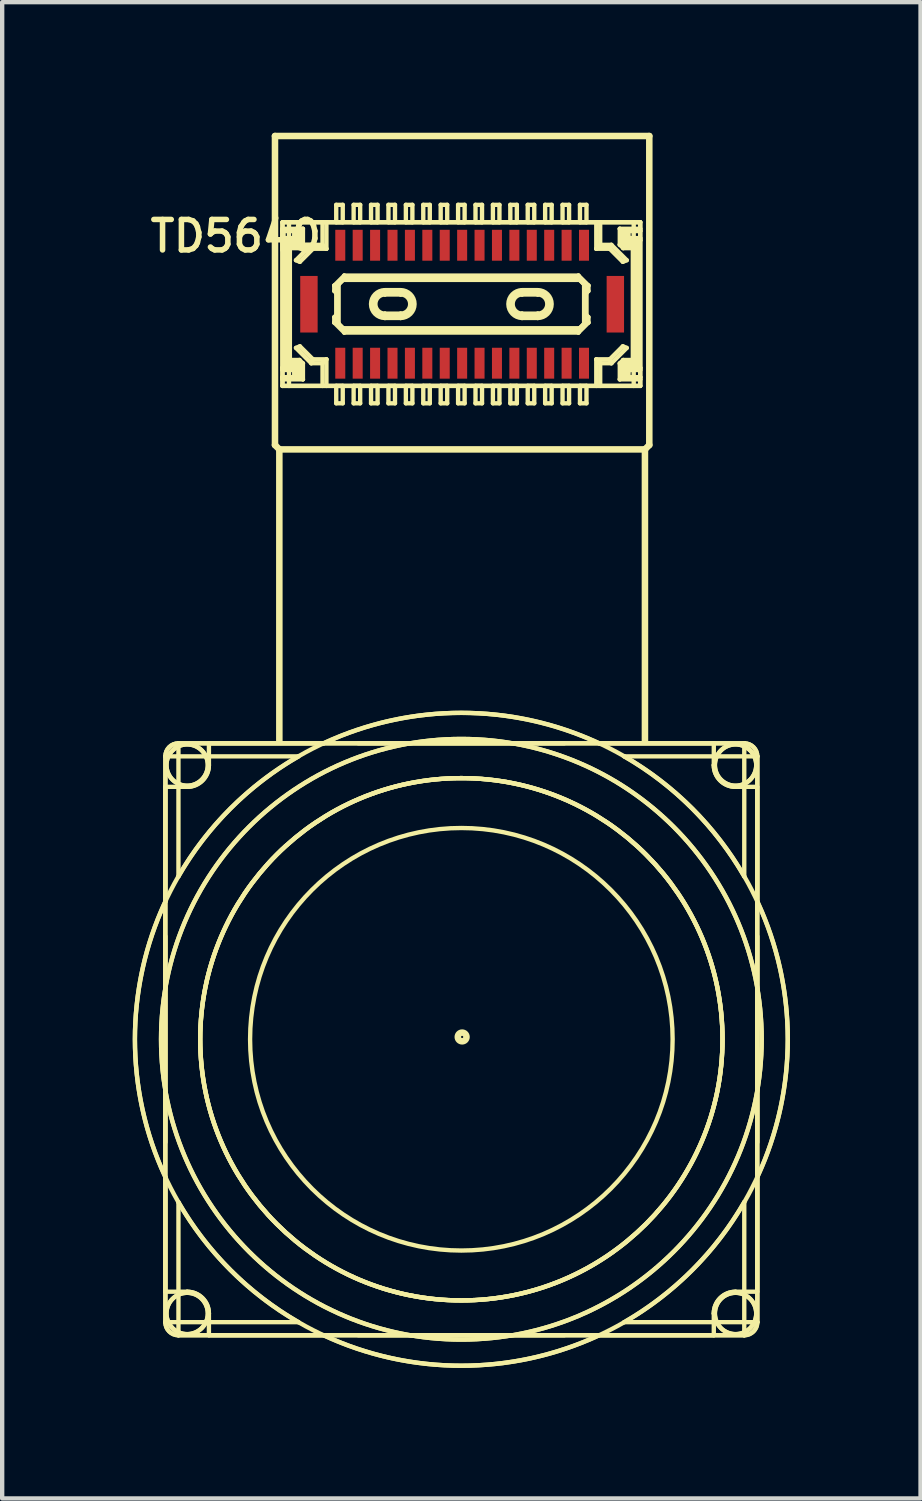
<source format=kicad_pcb>
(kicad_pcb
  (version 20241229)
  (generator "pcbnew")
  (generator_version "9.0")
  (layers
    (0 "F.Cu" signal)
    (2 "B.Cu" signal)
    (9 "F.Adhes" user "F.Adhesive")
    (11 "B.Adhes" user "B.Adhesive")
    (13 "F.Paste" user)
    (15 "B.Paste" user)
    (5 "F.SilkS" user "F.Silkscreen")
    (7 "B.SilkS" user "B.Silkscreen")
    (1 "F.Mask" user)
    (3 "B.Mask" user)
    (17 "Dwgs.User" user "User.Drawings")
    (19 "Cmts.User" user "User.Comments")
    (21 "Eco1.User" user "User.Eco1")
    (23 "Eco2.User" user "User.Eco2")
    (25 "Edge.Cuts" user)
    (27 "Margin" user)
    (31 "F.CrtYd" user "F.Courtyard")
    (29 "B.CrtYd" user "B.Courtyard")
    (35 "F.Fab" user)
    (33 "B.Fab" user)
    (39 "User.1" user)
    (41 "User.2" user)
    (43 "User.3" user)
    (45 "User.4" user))
  (footprint "TD5640"
    (layer "F.Cu")
    (at 7.568 3.94)
    (property "Reference" "TD5640" (at -5.2 -1.565 0) (layer "F.SilkS") (effects (font (size 0.7 0.7) (thickness 0.127))))
    (attr smd)
    (fp_line (start -6.821 11.088) (end -6.821 22.688) (stroke (width 0.1) (type solid)) (layer "F.SilkS"))
    (fp_line (start -6.821 11.088) (end -6.318 11.088) (stroke (width 0.1) (type solid)) (layer "F.SilkS"))
    (fp_line (start -6.821 22.688) (end -6.318 22.688) (stroke (width 0.1) (type solid)) (layer "F.SilkS"))
    (fp_line (start -6.818 10.388) (end -6.818 13.725) (stroke (width 0.1) (type solid)) (layer "F.SilkS"))
    (fp_line (start -6.818 14.522) (end -6.818 19.255) (stroke (width 0.1) (type solid)) (layer "F.SilkS"))
    (fp_line (start -6.818 20.052) (end -6.818 23.388) (stroke (width 0.1) (type solid)) (layer "F.SilkS"))
    (fp_line (start -6.818 23.388) (end -6.818 10.388) (stroke (width 0.1) (type solid)) (layer "F.SilkS"))
    (fp_line (start -6.818 23.388) (end -6.518 23.388) (stroke (width 0.1) (type solid)) (layer "F.SilkS"))
    (fp_line (start -6.518 10.088) (end -6.518 10.388) (stroke (width 0.1) (type solid)) (layer "F.SilkS"))
    (fp_line (start -6.518 10.088) (end 6.482 10.088) (stroke (width 0.1) (type solid)) (layer "F.SilkS"))
    (fp_line (start -6.518 10.388) (end -6.818 10.388) (stroke (width 0.1) (type solid)) (layer "F.SilkS"))
    (fp_line (start -6.518 10.388) (end -3.76 10.388) (stroke (width 0.1) (type solid)) (layer "F.SilkS"))
    (fp_line (start -6.518 13.147) (end -6.518 10.388) (stroke (width 0.1) (type solid)) (layer "F.SilkS"))
    (fp_line (start -6.518 23.388) (end -6.518 20.63) (stroke (width 0.1) (type solid)) (layer "F.SilkS"))
    (fp_line (start -6.518 23.388) (end -6.518 23.688) (stroke (width 0.1) (type solid)) (layer "F.SilkS"))
    (fp_line (start -6.518 23.688) (end -3.182 23.688) (stroke (width 0.1) (type solid)) (layer "F.SilkS"))
    (fp_line (start -5.818 10.588) (end -5.818 10.088) (stroke (width 0.1) (type solid)) (layer "F.SilkS"))
    (fp_line (start -5.818 23.188) (end -5.818 23.688) (stroke (width 0.1) (type solid)) (layer "F.SilkS"))
    (fp_line (start -5.818 23.688) (end 5.782 23.688) (stroke (width 0.1) (type solid)) (layer "F.SilkS"))
    (fp_line (start -4.3 -3.865) (end 4.3 -3.865) (stroke (width 0.15) (type solid)) (layer "F.SilkS"))
    (fp_line (start -4.3 3.235) (end -4.3 -3.865) (stroke (width 0.15) (type solid)) (layer "F.SilkS"))
    (fp_line (start -4.2 3.335) (end -4.3 3.235) (stroke (width 0.15) (type solid)) (layer "F.SilkS"))
    (fp_line (start -4.2 3.335) (end -4.2 10.035) (stroke (width 0.15) (type solid)) (layer "F.SilkS"))
    (fp_line (start -4.128 -1.884) (end -4.128 1.876) (stroke (width 0.1) (type solid)) (layer "F.SilkS"))
    (fp_line (start -4.128 -1.884) (end -3.978 -1.884) (stroke (width 0.1) (type solid)) (layer "F.SilkS"))
    (fp_line (start -4.128 -1.734) (end -4.128 -1.884) (stroke (width 0.1) (type solid)) (layer "F.SilkS"))
    (fp_line (start -4.128 -1.734) (end -3.658 -1.734) (stroke (width 0.1) (type solid)) (layer "F.SilkS"))
    (fp_line (start -4.128 -1.684) (end -4.128 -1.734) (stroke (width 0.1) (type solid)) (layer "F.SilkS"))
    (fp_line (start -4.128 -1.684) (end -3.858 -1.684) (stroke (width 0.1) (type solid)) (layer "F.SilkS"))
    (fp_line (start -4.128 -1.684) (end -3.708 -1.684) (stroke (width 0.1) (type solid)) (layer "F.SilkS"))
    (fp_line (start -4.128 -1.519) (end -4.128 -1.684) (stroke (width 0.1) (type solid)) (layer "F.SilkS"))
    (fp_line (start -4.128 -1.519) (end -3.879 -1.519) (stroke (width 0.1) (type solid)) (layer "F.SilkS"))
    (fp_line (start -4.128 -1.469) (end -4.128 -1.519) (stroke (width 0.1) (type solid)) (layer "F.SilkS"))
    (fp_line (start -4.128 -1.469) (end -4.128 1.461) (stroke (width 0.1) (type solid)) (layer "F.SilkS"))
    (fp_line (start -4.128 1.461) (end -3.918 1.461) (stroke (width 0.1) (type solid)) (layer "F.SilkS"))
    (fp_line (start -4.128 1.461) (end -3.858 1.461) (stroke (width 0.1) (type solid)) (layer "F.SilkS"))
    (fp_line (start -4.128 1.511) (end -4.128 1.461) (stroke (width 0.1) (type solid)) (layer "F.SilkS"))
    (fp_line (start -4.128 1.511) (end -4.128 1.676) (stroke (width 0.1) (type solid)) (layer "F.SilkS"))
    (fp_line (start -4.128 1.726) (end -4.128 1.676) (stroke (width 0.1) (type solid)) (layer "F.SilkS"))
    (fp_line (start -4.128 1.876) (end -4.128 1.726) (stroke (width 0.1) (type solid)) (layer "F.SilkS"))
    (fp_line (start -4.128 1.876) (end 4.092 1.876) (stroke (width 0.1) (type solid)) (layer "F.SilkS"))
    (fp_line (start -4.068 -1.319) (end -4.068 -1.274) (stroke (width 0.1) (type solid)) (layer "F.SilkS"))
    (fp_line (start -4.068 -1.319) (end -4.068 -1.174) (stroke (width 0.1) (type solid)) (layer "F.SilkS"))
    (fp_line (start -4.068 -1.274) (end -3.968 -1.274) (stroke (width 0.1) (type solid)) (layer "F.SilkS"))
    (fp_line (start -4.068 -1.174) (end -4.068 -1.274) (stroke (width 0.1) (type solid)) (layer "F.SilkS"))
    (fp_line (start -4.068 -1.174) (end -4.068 1.166) (stroke (width 0.1) (type solid)) (layer "F.SilkS"))
    (fp_line (start -4.068 -0.764) (end -4.068 -1.174) (stroke (width 0.1) (type solid)) (layer "F.SilkS"))
    (fp_line (start -4.068 -0.764) (end -3.968 -0.764) (stroke (width 0.1) (type solid)) (layer "F.SilkS"))
    (fp_line (start -4.068 -0.664) (end -4.068 -0.764) (stroke (width 0.1) (type solid)) (layer "F.SilkS"))
    (fp_line (start -4.068 -0.664) (end -3.968 -0.664) (stroke (width 0.1) (type solid)) (layer "F.SilkS"))
    (fp_line (start -4.068 -0.364) (end -4.068 -0.664) (stroke (width 0.1) (type solid)) (layer "F.SilkS"))
    (fp_line (start -4.068 -0.364) (end -3.968 -0.364) (stroke (width 0.1) (type solid)) (layer "F.SilkS"))
    (fp_line (start -4.068 -0.264) (end -4.068 -0.364) (stroke (width 0.1) (type solid)) (layer "F.SilkS"))
    (fp_line (start -4.068 -0.264) (end -3.968 -0.264) (stroke (width 0.1) (type solid)) (layer "F.SilkS"))
    (fp_line (start -4.068 0.256) (end -4.068 -0.264) (stroke (width 0.1) (type solid)) (layer "F.SilkS"))
    (fp_line (start -4.068 0.256) (end -3.968 0.256) (stroke (width 0.1) (type solid)) (layer "F.SilkS"))
    (fp_line (start -4.068 0.356) (end -4.068 0.256) (stroke (width 0.1) (type solid)) (layer "F.SilkS"))
    (fp_line (start -4.068 0.356) (end -3.968 0.356) (stroke (width 0.1) (type solid)) (layer "F.SilkS"))
    (fp_line (start -4.068 0.656) (end -4.068 0.356) (stroke (width 0.1) (type solid)) (layer "F.SilkS"))
    (fp_line (start -4.068 0.656) (end -3.968 0.656) (stroke (width 0.1) (type solid)) (layer "F.SilkS"))
    (fp_line (start -4.068 0.756) (end -4.068 0.656) (stroke (width 0.1) (type solid)) (layer "F.SilkS"))
    (fp_line (start -4.068 0.756) (end -3.968 0.756) (stroke (width 0.1) (type solid)) (layer "F.SilkS"))
    (fp_line (start -4.068 1.166) (end -4.068 0.756) (stroke (width 0.1) (type solid)) (layer "F.SilkS"))
    (fp_line (start -4.068 1.166) (end -4.068 1.311) (stroke (width 0.1) (type solid)) (layer "F.SilkS"))
    (fp_line (start -4.068 1.166) (end -3.968 1.166) (stroke (width 0.1) (type solid)) (layer "F.SilkS"))
    (fp_line (start -4.068 1.266) (end -4.068 1.166) (stroke (width 0.1) (type solid)) (layer "F.SilkS"))
    (fp_line (start -4.068 1.266) (end -4.068 1.311) (stroke (width 0.1) (type solid)) (layer "F.SilkS"))
    (fp_line (start -4.068 1.311) (end -4.038 1.311) (stroke (width 0.1) (type solid)) (layer "F.SilkS"))
    (fp_line (start -4.038 -1.319) (end -4.068 -1.319) (stroke (width 0.1) (type solid)) (layer "F.SilkS"))
    (fp_line (start -4.038 -1.174) (end -4.068 -1.174) (stroke (width 0.1) (type solid)) (layer "F.SilkS"))
    (fp_line (start -4.038 -1.174) (end -4.038 -1.319) (stroke (width 0.1) (type solid)) (layer "F.SilkS"))
    (fp_line (start -4.038 -1.174) (end -4.038 1.166) (stroke (width 0.1) (type solid)) (layer "F.SilkS"))
    (fp_line (start -4.038 1.166) (end -4.068 1.166) (stroke (width 0.1) (type solid)) (layer "F.SilkS"))
    (fp_line (start -4.038 1.166) (end -3.998 1.166) (stroke (width 0.1) (type solid)) (layer "F.SilkS"))
    (fp_line (start -4.038 1.311) (end -4.038 1.166) (stroke (width 0.1) (type solid)) (layer "F.SilkS"))
    (fp_line (start -3.998 -1.319) (end -3.998 -1.174) (stroke (width 0.1) (type solid)) (layer "F.SilkS"))
    (fp_line (start -3.998 -1.319) (end -3.968 -1.319) (stroke (width 0.1) (type solid)) (layer "F.SilkS"))
    (fp_line (start -3.998 -1.174) (end -4.038 -1.174) (stroke (width 0.1) (type solid)) (layer "F.SilkS"))
    (fp_line (start -3.998 -1.174) (end -3.998 1.166) (stroke (width 0.1) (type solid)) (layer "F.SilkS"))
    (fp_line (start -3.998 -1.174) (end -3.968 -1.174) (stroke (width 0.1) (type solid)) (layer "F.SilkS"))
    (fp_line (start -3.998 1.166) (end -3.998 1.311) (stroke (width 0.1) (type solid)) (layer "F.SilkS"))
    (fp_line (start -3.998 1.166) (end -3.968 1.166) (stroke (width 0.1) (type solid)) (layer "F.SilkS"))
    (fp_line (start -3.978 -1.884) (end -3.208 -1.884) (stroke (width 0.1) (type solid)) (layer "F.SilkS"))
    (fp_line (start -3.978 1.876) (end -4.128 1.876) (stroke (width 0.1) (type solid)) (layer "F.SilkS"))
    (fp_line (start -3.978 1.876) (end -3.978 -1.884) (stroke (width 0.1) (type solid)) (layer "F.SilkS"))
    (fp_line (start -3.968 -1.274) (end -3.968 -1.319) (stroke (width 0.1) (type solid)) (layer "F.SilkS"))
    (fp_line (start -3.968 -1.274) (end -3.968 -1.174) (stroke (width 0.1) (type solid)) (layer "F.SilkS"))
    (fp_line (start -3.968 -1.174) (end -4.068 -1.174) (stroke (width 0.1) (type solid)) (layer "F.SilkS"))
    (fp_line (start -3.968 -1.174) (end -3.968 -1.319) (stroke (width 0.1) (type solid)) (layer "F.SilkS"))
    (fp_line (start -3.968 -1.174) (end -3.968 -0.764) (stroke (width 0.1) (type solid)) (layer "F.SilkS"))
    (fp_line (start -3.968 -1.174) (end -3.968 1.166) (stroke (width 0.1) (type solid)) (layer "F.SilkS"))
    (fp_line (start -3.968 -0.764) (end -3.968 -0.664) (stroke (width 0.1) (type solid)) (layer "F.SilkS"))
    (fp_line (start -3.968 -0.664) (end -3.968 -0.364) (stroke (width 0.1) (type solid)) (layer "F.SilkS"))
    (fp_line (start -3.968 -0.364) (end -3.968 -0.264) (stroke (width 0.1) (type solid)) (layer "F.SilkS"))
    (fp_line (start -3.968 -0.264) (end -3.968 0.256) (stroke (width 0.1) (type solid)) (layer "F.SilkS"))
    (fp_line (start -3.968 0.256) (end -3.968 0.356) (stroke (width 0.1) (type solid)) (layer "F.SilkS"))
    (fp_line (start -3.968 0.356) (end -3.968 0.656) (stroke (width 0.1) (type solid)) (layer "F.SilkS"))
    (fp_line (start -3.968 0.656) (end -3.968 0.756) (stroke (width 0.1) (type solid)) (layer "F.SilkS"))
    (fp_line (start -3.968 0.756) (end -3.968 1.166) (stroke (width 0.1) (type solid)) (layer "F.SilkS"))
    (fp_line (start -3.968 1.166) (end -3.968 1.266) (stroke (width 0.1) (type solid)) (layer "F.SilkS"))
    (fp_line (start -3.968 1.266) (end -4.068 1.266) (stroke (width 0.1) (type solid)) (layer "F.SilkS"))
    (fp_line (start -3.968 1.311) (end -3.998 1.311) (stroke (width 0.1) (type solid)) (layer "F.SilkS"))
    (fp_line (start -3.968 1.311) (end -3.968 1.166) (stroke (width 0.1) (type solid)) (layer "F.SilkS"))
    (fp_line (start -3.968 1.311) (end -3.968 1.266) (stroke (width 0.1) (type solid)) (layer "F.SilkS"))
    (fp_line (start -3.958 -1.289) (end -3.958 1.281) (stroke (width 0.1) (type solid)) (layer "F.SilkS"))
    (fp_line (start -3.958 1.281) (end -3.908 1.331) (stroke (width 0.1) (type solid)) (layer "F.SilkS"))
    (fp_line (start -3.958 1.281) (end -3.738 1.281) (stroke (width 0.1) (type solid)) (layer "F.SilkS"))
    (fp_line (start -3.918 -1.469) (end -4.128 -1.469) (stroke (width 0.1) (type solid)) (layer "F.SilkS"))
    (fp_line (start -3.918 -1.469) (end -3.858 -1.469) (stroke (width 0.1) (type solid)) (layer "F.SilkS"))
    (fp_line (start -3.918 -1.439) (end -3.918 -1.469) (stroke (width 0.1) (type solid)) (layer "F.SilkS"))
    (fp_line (start -3.918 -1.369) (end -3.918 -1.399) (stroke (width 0.1) (type solid)) (layer "F.SilkS"))
    (fp_line (start -3.918 1.391) (end -3.918 1.361) (stroke (width 0.1) (type solid)) (layer "F.SilkS"))
    (fp_line (start -3.918 1.391) (end -3.848 1.391) (stroke (width 0.1) (type solid)) (layer "F.SilkS"))
    (fp_line (start -3.918 1.461) (end -3.918 1.431) (stroke (width 0.1) (type solid)) (layer "F.SilkS"))
    (fp_line (start -3.918 1.461) (end -3.858 1.461) (stroke (width 0.1) (type solid)) (layer "F.SilkS"))
    (fp_line (start -3.918 1.461) (end -3.848 1.461) (stroke (width 0.1) (type solid)) (layer "F.SilkS"))
    (fp_line (start -3.908 -1.339) (end -3.958 -1.289) (stroke (width 0.1) (type solid)) (layer "F.SilkS"))
    (fp_line (start -3.908 1.331) (end -3.758 1.331) (stroke (width 0.1) (type solid)) (layer "F.SilkS"))
    (fp_line (start -3.879 -1.519) (end -3.858 -1.54) (stroke (width 0.1) (type solid)) (layer "F.SilkS"))
    (fp_line (start -3.879 1.511) (end -4.128 1.511) (stroke (width 0.1) (type solid)) (layer "F.SilkS"))
    (fp_line (start -3.879 1.511) (end -3.858 1.461) (stroke (width 0.1) (type solid)) (layer "F.SilkS"))
    (fp_line (start -3.858 -1.684) (end -3.858 -1.54) (stroke (width 0.1) (type solid)) (layer "F.SilkS"))
    (fp_line (start -3.858 -1.684) (end -3.808 -1.684) (stroke (width 0.1) (type solid)) (layer "F.SilkS"))
    (fp_line (start -3.858 -1.54) (end -3.808 -1.519) (stroke (width 0.1) (type solid)) (layer "F.SilkS"))
    (fp_line (start -3.858 -1.469) (end -4.128 -1.469) (stroke (width 0.1) (type solid)) (layer "F.SilkS"))
    (fp_line (start -3.858 -1.469) (end -3.879 -1.519) (stroke (width 0.1) (type solid)) (layer "F.SilkS"))
    (fp_line (start -3.858 -1.469) (end -3.848 -1.469) (stroke (width 0.1) (type solid)) (layer "F.SilkS"))
    (fp_line (start -3.858 1.461) (end -3.848 1.461) (stroke (width 0.1) (type solid)) (layer "F.SilkS"))
    (fp_line (start -3.858 1.461) (end -3.808 1.511) (stroke (width 0.1) (type solid)) (layer "F.SilkS"))
    (fp_line (start -3.858 1.532) (end -3.879 1.511) (stroke (width 0.1) (type solid)) (layer "F.SilkS"))
    (fp_line (start -3.858 1.676) (end -4.128 1.676) (stroke (width 0.1) (type solid)) (layer "F.SilkS"))
    (fp_line (start -3.858 1.676) (end -3.858 1.532) (stroke (width 0.1) (type solid)) (layer "F.SilkS"))
    (fp_line (start -3.848 -1.469) (end -3.918 -1.469) (stroke (width 0.1) (type solid)) (layer "F.SilkS"))
    (fp_line (start -3.848 -1.469) (end -3.848 -1.439) (stroke (width 0.1) (type solid)) (layer "F.SilkS"))
    (fp_line (start -3.848 -1.439) (end -3.918 -1.439) (stroke (width 0.1) (type solid)) (layer "F.SilkS"))
    (fp_line (start -3.848 -1.399) (end -3.918 -1.399) (stroke (width 0.1) (type solid)) (layer "F.SilkS"))
    (fp_line (start -3.848 -1.369) (end -3.918 -1.369) (stroke (width 0.1) (type solid)) (layer "F.SilkS"))
    (fp_line (start -3.848 -1.369) (end -3.848 -1.399) (stroke (width 0.1) (type solid)) (layer "F.SilkS"))
    (fp_line (start -3.848 1.361) (end -3.918 1.361) (stroke (width 0.1) (type solid)) (layer "F.SilkS"))
    (fp_line (start -3.848 1.391) (end -3.848 1.361) (stroke (width 0.1) (type solid)) (layer "F.SilkS"))
    (fp_line (start -3.848 1.431) (end -3.918 1.431) (stroke (width 0.1) (type solid)) (layer "F.SilkS"))
    (fp_line (start -3.848 1.431) (end -3.848 1.461) (stroke (width 0.1) (type solid)) (layer "F.SilkS"))
    (fp_line (start -3.808 -1.684) (end -3.808 -1.519) (stroke (width 0.1) (type solid)) (layer "F.SilkS"))
    (fp_line (start -3.808 -1.519) (end -3.858 -1.469) (stroke (width 0.1) (type solid)) (layer "F.SilkS"))
    (fp_line (start -3.808 1.511) (end -3.858 1.532) (stroke (width 0.1) (type solid)) (layer "F.SilkS"))
    (fp_line (start -3.808 1.511) (end -3.808 1.676) (stroke (width 0.1) (type solid)) (layer "F.SilkS"))
    (fp_line (start -3.808 1.676) (end -3.858 1.676) (stroke (width 0.1) (type solid)) (layer "F.SilkS"))
    (fp_line (start -3.798 -1.684) (end -3.798 -1.519) (stroke (width 0.1) (type solid)) (layer "F.SilkS"))
    (fp_line (start -3.798 -1.684) (end -3.708 -1.684) (stroke (width 0.1) (type solid)) (layer "F.SilkS"))
    (fp_line (start -3.798 -1.664) (end -3.798 -1.684) (stroke (width 0.1) (type solid)) (layer "F.SilkS"))
    (fp_line (start -3.798 -1.664) (end -3.798 -1.519) (stroke (width 0.1) (type solid)) (layer "F.SilkS"))
    (fp_line (start -3.798 1.511) (end -3.798 1.656) (stroke (width 0.1) (type solid)) (layer "F.SilkS"))
    (fp_line (start -3.798 1.511) (end -3.768 1.511) (stroke (width 0.1) (type solid)) (layer "F.SilkS"))
    (fp_line (start -3.798 1.656) (end -3.768 1.626) (stroke (width 0.1) (type solid)) (layer "F.SilkS"))
    (fp_line (start -3.798 1.676) (end -3.798 1.511) (stroke (width 0.1) (type solid)) (layer "F.SilkS"))
    (fp_line (start -3.798 1.676) (end -3.798 1.656) (stroke (width 0.1) (type solid)) (layer "F.SilkS"))
    (fp_line (start -3.768 -1.634) (end -3.798 -1.664) (stroke (width 0.1) (type solid)) (layer "F.SilkS"))
    (fp_line (start -3.768 -1.634) (end -3.768 -1.519) (stroke (width 0.1) (type solid)) (layer "F.SilkS"))
    (fp_line (start -3.768 -1.519) (end -3.798 -1.519) (stroke (width 0.1) (type solid)) (layer "F.SilkS"))
    (fp_line (start -3.768 1.511) (end -3.768 1.626) (stroke (width 0.1) (type solid)) (layer "F.SilkS"))
    (fp_line (start -3.768 1.626) (end -3.728 1.626) (stroke (width 0.1) (type solid)) (layer "F.SilkS"))
    (fp_line (start -3.76 23.388) (end -6.518 23.388) (stroke (width 0.1) (type solid)) (layer "F.SilkS"))
    (fp_line (start -3.758 -1.339) (end -3.908 -1.339) (stroke (width 0.1) (type solid)) (layer "F.SilkS"))
    (fp_line (start -3.758 -1.339) (end -3.708 -1.389) (stroke (width 0.1) (type solid)) (layer "F.SilkS"))
    (fp_line (start -3.758 1.331) (end -3.708 1.381) (stroke (width 0.1) (type solid)) (layer "F.SilkS"))
    (fp_line (start -3.738 -1.289) (end -3.958 -1.289) (stroke (width 0.1) (type solid)) (layer "F.SilkS"))
    (fp_line (start -3.738 -1.289) (end -3.758 -1.339) (stroke (width 0.1) (type solid)) (layer "F.SilkS"))
    (fp_line (start -3.738 1.281) (end -3.758 1.331) (stroke (width 0.1) (type solid)) (layer "F.SilkS"))
    (fp_line (start -3.738 1.281) (end -3.658 1.36) (stroke (width 0.1) (type solid)) (layer "F.SilkS"))
    (fp_line (start -3.728 -1.634) (end -3.768 -1.634) (stroke (width 0.1) (type solid)) (layer "F.SilkS"))
    (fp_line (start -3.728 -1.519) (end -3.728 -1.634) (stroke (width 0.1) (type solid)) (layer "F.SilkS"))
    (fp_line (start -3.728 -0.974) (end -3.818 -1.011) (stroke (width 0.1) (type solid)) (layer "F.SilkS"))
    (fp_line (start -3.728 -0.974) (end -3.428 -1.274) (stroke (width 0.1) (type solid)) (layer "F.SilkS"))
    (fp_line (start -3.728 0.966) (end -3.818 1.003) (stroke (width 0.1) (type solid)) (layer "F.SilkS"))
    (fp_line (start -3.728 1.626) (end -3.728 1.511) (stroke (width 0.1) (type solid)) (layer "F.SilkS"))
    (fp_line (start -3.728 1.626) (end -3.708 1.646) (stroke (width 0.1) (type solid)) (layer "F.SilkS"))
    (fp_line (start -3.708 -1.684) (end -3.808 -1.684) (stroke (width 0.1) (type solid)) (layer "F.SilkS"))
    (fp_line (start -3.708 -1.684) (end -3.708 -1.465) (stroke (width 0.1) (type solid)) (layer "F.SilkS"))
    (fp_line (start -3.708 -1.654) (end -3.728 -1.634) (stroke (width 0.1) (type solid)) (layer "F.SilkS"))
    (fp_line (start -3.708 -1.654) (end -3.708 -1.684) (stroke (width 0.1) (type solid)) (layer "F.SilkS"))
    (fp_line (start -3.708 -1.519) (end -3.728 -1.519) (stroke (width 0.1) (type solid)) (layer "F.SilkS"))
    (fp_line (start -3.708 -1.519) (end -3.708 -1.654) (stroke (width 0.1) (type solid)) (layer "F.SilkS"))
    (fp_line (start -3.708 -1.465) (end -3.708 -1.519) (stroke (width 0.1) (type solid)) (layer "F.SilkS"))
    (fp_line (start -3.708 -1.389) (end -3.708 -1.684) (stroke (width 0.1) (type solid)) (layer "F.SilkS"))
    (fp_line (start -3.708 1.381) (end -3.708 1.676) (stroke (width 0.1) (type solid)) (layer "F.SilkS"))
    (fp_line (start -3.708 1.457) (end -3.708 1.676) (stroke (width 0.1) (type solid)) (layer "F.SilkS"))
    (fp_line (start -3.708 1.511) (end -3.728 1.511) (stroke (width 0.1) (type solid)) (layer "F.SilkS"))
    (fp_line (start -3.708 1.511) (end -3.708 1.457) (stroke (width 0.1) (type solid)) (layer "F.SilkS"))
    (fp_line (start -3.708 1.646) (end -3.708 1.511) (stroke (width 0.1) (type solid)) (layer "F.SilkS"))
    (fp_line (start -3.708 1.676) (end -4.128 1.676) (stroke (width 0.1) (type solid)) (layer "F.SilkS"))
    (fp_line (start -3.708 1.676) (end -3.808 1.676) (stroke (width 0.1) (type solid)) (layer "F.SilkS"))
    (fp_line (start -3.708 1.676) (end -3.798 1.676) (stroke (width 0.1) (type solid)) (layer "F.SilkS"))
    (fp_line (start -3.708 1.676) (end -3.708 1.646) (stroke (width 0.1) (type solid)) (layer "F.SilkS"))
    (fp_line (start -3.658 -1.734) (end -3.708 -1.684) (stroke (width 0.1) (type solid)) (layer "F.SilkS"))
    (fp_line (start -3.658 -1.734) (end -3.658 -1.368) (stroke (width 0.1) (type solid)) (layer "F.SilkS"))
    (fp_line (start -3.658 -1.368) (end -3.738 -1.289) (stroke (width 0.1) (type solid)) (layer "F.SilkS"))
    (fp_line (start -3.658 -1.368) (end -3.708 -1.389) (stroke (width 0.1) (type solid)) (layer "F.SilkS"))
    (fp_line (start -3.658 1.36) (end -3.708 1.381) (stroke (width 0.1) (type solid)) (layer "F.SilkS"))
    (fp_line (start -3.658 1.36) (end -3.658 1.726) (stroke (width 0.1) (type solid)) (layer "F.SilkS"))
    (fp_line (start -3.658 1.726) (end -4.128 1.726) (stroke (width 0.1) (type solid)) (layer "F.SilkS"))
    (fp_line (start -3.658 1.726) (end -3.708 1.676) (stroke (width 0.1) (type solid)) (layer "F.SilkS"))
    (fp_line (start -3.466 -1.364) (end -3.818 -1.011) (stroke (width 0.1) (type solid)) (layer "F.SilkS"))
    (fp_line (start -3.466 1.356) (end -3.818 1.003) (stroke (width 0.1) (type solid)) (layer "F.SilkS"))
    (fp_line (start -3.466 1.356) (end -3.428 1.266) (stroke (width 0.1) (type solid)) (layer "F.SilkS"))
    (fp_line (start -3.466 1.356) (end -3.208 1.356) (stroke (width 0.1) (type solid)) (layer "F.SilkS"))
    (fp_line (start -3.428 -1.274) (end -3.466 -1.364) (stroke (width 0.1) (type solid)) (layer "F.SilkS"))
    (fp_line (start -3.428 -1.274) (end -3.118 -1.274) (stroke (width 0.1) (type solid)) (layer "F.SilkS"))
    (fp_line (start -3.428 1.266) (end -3.728 0.966) (stroke (width 0.1) (type solid)) (layer "F.SilkS"))
    (fp_line (start -3.4 -1.355) (end -3.6 -1.355) (stroke (width 0.127) (type solid)) (layer "F.SilkS"))
    (fp_line (start -3.208 -1.884) (end -3.208 -1.364) (stroke (width 0.1) (type solid)) (layer "F.SilkS"))
    (fp_line (start -3.208 -1.364) (end -3.466 -1.364) (stroke (width 0.1) (type solid)) (layer "F.SilkS"))
    (fp_line (start -3.208 1.356) (end -3.208 1.876) (stroke (width 0.1) (type solid)) (layer "F.SilkS"))
    (fp_line (start -3.208 1.356) (end -3.118 1.266) (stroke (width 0.1) (type solid)) (layer "F.SilkS"))
    (fp_line (start -3.208 1.876) (end -3.978 1.876) (stroke (width 0.1) (type solid)) (layer "F.SilkS"))
    (fp_line (start -3.208 1.876) (end -3.118 1.876) (stroke (width 0.1) (type solid)) (layer "F.SilkS"))
    (fp_line (start -3.182 10.088) (end -6.518 10.088) (stroke (width 0.1) (type solid)) (layer "F.SilkS"))
    (fp_line (start -3.118 -1.884) (end -3.208 -1.884) (stroke (width 0.1) (type solid)) (layer "F.SilkS"))
    (fp_line (start -3.118 -1.274) (end -3.208 -1.364) (stroke (width 0.1) (type solid)) (layer "F.SilkS"))
    (fp_line (start -3.118 -1.274) (end -3.118 -1.884) (stroke (width 0.1) (type solid)) (layer "F.SilkS"))
    (fp_line (start -3.118 1.266) (end -3.428 1.266) (stroke (width 0.1) (type solid)) (layer "F.SilkS"))
    (fp_line (start -3.118 1.876) (end -3.118 1.266) (stroke (width 0.1) (type solid)) (layer "F.SilkS"))
    (fp_line (start -3.118 1.876) (end 3.082 1.876) (stroke (width 0.1) (type solid)) (layer "F.SilkS"))
    (fp_line (start -2.938 -0.43) (end -2.888 -0.409) (stroke (width 0.1) (type solid)) (layer "F.SilkS"))
    (fp_line (start -2.938 -0.304) (end -2.938 -0.43) (stroke (width 0.1) (type solid)) (layer "F.SilkS"))
    (fp_line (start -2.938 -0.304) (end -2.888 -0.254) (stroke (width 0.1) (type solid)) (layer "F.SilkS"))
    (fp_line (start -2.938 0.422) (end -2.938 0.296) (stroke (width 0.1) (type solid)) (layer "F.SilkS"))
    (fp_line (start -2.938 0.422) (end -2.709 0.651) (stroke (width 0.1) (type solid)) (layer "F.SilkS"))
    (fp_line (start -2.893 -2.284) (end -2.893 -1.884) (stroke (width 0.1) (type solid)) (layer "F.SilkS"))
    (fp_line (start -2.893 2.276) (end -2.893 1.876) (stroke (width 0.1) (type solid)) (layer "F.SilkS"))
    (fp_line (start -2.888 -0.409) (end -2.888 0.401) (stroke (width 0.1) (type solid)) (layer "F.SilkS"))
    (fp_line (start -2.888 -0.409) (end -2.838 -0.459) (stroke (width 0.1) (type solid)) (layer "F.SilkS"))
    (fp_line (start -2.888 -0.409) (end -2.688 -0.609) (stroke (width 0.1) (type solid)) (layer "F.SilkS"))
    (fp_line (start -2.888 -0.254) (end -2.888 -0.409) (stroke (width 0.1) (type solid)) (layer "F.SilkS"))
    (fp_line (start -2.888 -0.254) (end -2.888 0.246) (stroke (width 0.1) (type solid)) (layer "F.SilkS"))
    (fp_line (start -2.888 0.246) (end -2.938 0.296) (stroke (width 0.1) (type solid)) (layer "F.SilkS"))
    (fp_line (start -2.888 0.401) (end -2.938 0.422) (stroke (width 0.1) (type solid)) (layer "F.SilkS"))
    (fp_line (start -2.888 0.401) (end -2.888 0.246) (stroke (width 0.1) (type solid)) (layer "F.SilkS"))
    (fp_line (start -2.888 0.401) (end -2.838 0.451) (stroke (width 0.1) (type solid)) (layer "F.SilkS"))
    (fp_line (start -2.838 -0.459) (end -2.738 -0.559) (stroke (width 0.1) (type solid)) (layer "F.SilkS"))
    (fp_line (start -2.838 0.451) (end -2.838 -0.459) (stroke (width 0.1) (type solid)) (layer "F.SilkS"))
    (fp_line (start -2.743 -2.284) (end -2.893 -2.284) (stroke (width 0.1) (type solid)) (layer "F.SilkS"))
    (fp_line (start -2.743 -1.884) (end -2.893 -1.884) (stroke (width 0.1) (type solid)) (layer "F.SilkS"))
    (fp_line (start -2.743 -1.884) (end -2.743 -2.284) (stroke (width 0.1) (type solid)) (layer "F.SilkS"))
    (fp_line (start -2.743 1.876) (end -2.893 1.876) (stroke (width 0.1) (type solid)) (layer "F.SilkS"))
    (fp_line (start -2.743 1.876) (end -2.743 2.276) (stroke (width 0.1) (type solid)) (layer "F.SilkS"))
    (fp_line (start -2.743 2.276) (end -2.893 2.276) (stroke (width 0.1) (type solid)) (layer "F.SilkS"))
    (fp_line (start -2.738 -0.559) (end -2.688 -0.609) (stroke (width 0.1) (type solid)) (layer "F.SilkS"))
    (fp_line (start -2.738 0.551) (end -2.838 0.451) (stroke (width 0.1) (type solid)) (layer "F.SilkS"))
    (fp_line (start -2.738 0.551) (end 2.702 0.551) (stroke (width 0.1) (type solid)) (layer "F.SilkS"))
    (fp_line (start -2.709 -0.659) (end -2.938 -0.43) (stroke (width 0.1) (type solid)) (layer "F.SilkS"))
    (fp_line (start -2.709 -0.659) (end -2.688 -0.609) (stroke (width 0.1) (type solid)) (layer "F.SilkS"))
    (fp_line (start -2.709 0.651) (end 2.672 0.651) (stroke (width 0.1) (type solid)) (layer "F.SilkS"))
    (fp_line (start -2.688 0.601) (end -2.888 0.401) (stroke (width 0.1) (type solid)) (layer "F.SilkS"))
    (fp_line (start -2.688 0.601) (end -2.738 0.551) (stroke (width 0.1) (type solid)) (layer "F.SilkS"))
    (fp_line (start -2.688 0.601) (end -2.709 0.651) (stroke (width 0.1) (type solid)) (layer "F.SilkS"))
    (fp_line (start -2.688 0.601) (end 2.652 0.601) (stroke (width 0.1) (type solid)) (layer "F.SilkS"))
    (fp_line (start -2.493 -2.284) (end -2.493 -1.884) (stroke (width 0.1) (type solid)) (layer "F.SilkS"))
    (fp_line (start -2.493 2.276) (end -2.493 1.876) (stroke (width 0.1) (type solid)) (layer "F.SilkS"))
    (fp_line (start -2.385 23.688) (end 2.348 23.688) (stroke (width 0.1) (type solid)) (layer "F.SilkS"))
    (fp_line (start -2.343 -2.284) (end -2.493 -2.284) (stroke (width 0.1) (type solid)) (layer "F.SilkS"))
    (fp_line (start -2.343 -1.884) (end -2.493 -1.884) (stroke (width 0.1) (type solid)) (layer "F.SilkS"))
    (fp_line (start -2.343 -1.884) (end -2.343 -2.284) (stroke (width 0.1) (type solid)) (layer "F.SilkS"))
    (fp_line (start -2.343 1.876) (end -2.493 1.876) (stroke (width 0.1) (type solid)) (layer "F.SilkS"))
    (fp_line (start -2.343 1.876) (end -2.343 2.276) (stroke (width 0.1) (type solid)) (layer "F.SilkS"))
    (fp_line (start -2.343 2.276) (end -2.493 2.276) (stroke (width 0.1) (type solid)) (layer "F.SilkS"))
    (fp_line (start -2.093 -2.284) (end -2.093 -1.884) (stroke (width 0.1) (type solid)) (layer "F.SilkS"))
    (fp_line (start -2.093 1.876) (end -2.093 2.276) (stroke (width 0.1) (type solid)) (layer "F.SilkS"))
    (fp_line (start -2.093 1.876) (end -1.943 1.876) (stroke (width 0.1) (type solid)) (layer "F.SilkS"))
    (fp_line (start -2.093 2.276) (end -1.943 2.276) (stroke (width 0.1) (type solid)) (layer "F.SilkS"))
    (fp_line (start -1.943 -2.284) (end -2.093 -2.284) (stroke (width 0.1) (type solid)) (layer "F.SilkS"))
    (fp_line (start -1.943 -1.884) (end -2.093 -1.884) (stroke (width 0.1) (type solid)) (layer "F.SilkS"))
    (fp_line (start -1.943 -1.884) (end -1.943 -2.284) (stroke (width 0.1) (type solid)) (layer "F.SilkS"))
    (fp_line (start -1.943 2.276) (end -1.943 1.876) (stroke (width 0.1) (type solid)) (layer "F.SilkS"))
    (fp_line (start -1.773 -0.274) (end -1.773 -0.324) (stroke (width 0.1) (type solid)) (layer "F.SilkS"))
    (fp_line (start -1.773 -0.224) (end -1.773 -0.274) (stroke (width 0.1) (type solid)) (layer "F.SilkS"))
    (fp_line (start -1.773 0.216) (end -1.413 0.216) (stroke (width 0.1) (type solid)) (layer "F.SilkS"))
    (fp_line (start -1.773 0.266) (end -1.773 0.216) (stroke (width 0.1) (type solid)) (layer "F.SilkS"))
    (fp_line (start -1.773 0.266) (end -1.413 0.266) (stroke (width 0.1) (type solid)) (layer "F.SilkS"))
    (fp_line (start -1.773 0.316) (end -1.773 0.266) (stroke (width 0.1) (type solid)) (layer "F.SilkS"))
    (fp_line (start -1.773 0.316) (end -1.413 0.316) (stroke (width 0.1) (type solid)) (layer "F.SilkS"))
    (fp_line (start -1.693 -2.284) (end -1.543 -2.284) (stroke (width 0.1) (type solid)) (layer "F.SilkS"))
    (fp_line (start -1.693 -1.884) (end -1.693 -2.284) (stroke (width 0.1) (type solid)) (layer "F.SilkS"))
    (fp_line (start -1.693 -1.884) (end -1.543 -1.884) (stroke (width 0.1) (type solid)) (layer "F.SilkS"))
    (fp_line (start -1.693 1.876) (end -1.693 2.276) (stroke (width 0.1) (type solid)) (layer "F.SilkS"))
    (fp_line (start -1.693 1.876) (end -1.543 1.876) (stroke (width 0.1) (type solid)) (layer "F.SilkS"))
    (fp_line (start -1.693 2.276) (end -1.543 2.276) (stroke (width 0.1) (type solid)) (layer "F.SilkS"))
    (fp_line (start -1.543 -2.284) (end -1.543 -1.884) (stroke (width 0.1) (type solid)) (layer "F.SilkS"))
    (fp_line (start -1.543 2.276) (end -1.543 1.876) (stroke (width 0.1) (type solid)) (layer "F.SilkS"))
    (fp_line (start -1.413 -0.324) (end -1.773 -0.324) (stroke (width 0.1) (type solid)) (layer "F.SilkS"))
    (fp_line (start -1.413 -0.324) (end -1.413 -0.274) (stroke (width 0.1) (type solid)) (layer "F.SilkS"))
    (fp_line (start -1.413 -0.274) (end -1.773 -0.274) (stroke (width 0.1) (type solid)) (layer "F.SilkS"))
    (fp_line (start -1.413 -0.274) (end -1.413 -0.224) (stroke (width 0.1) (type solid)) (layer "F.SilkS"))
    (fp_line (start -1.413 -0.224) (end -1.773 -0.224) (stroke (width 0.1) (type solid)) (layer "F.SilkS"))
    (fp_line (start -1.413 0.216) (end -1.413 0.266) (stroke (width 0.1) (type solid)) (layer "F.SilkS"))
    (fp_line (start -1.413 0.266) (end -1.413 0.316) (stroke (width 0.1) (type solid)) (layer "F.SilkS"))
    (fp_line (start -1.293 -2.284) (end -1.293 -1.884) (stroke (width 0.1) (type solid)) (layer "F.SilkS"))
    (fp_line (start -1.293 1.876) (end -1.293 2.276) (stroke (width 0.1) (type solid)) (layer "F.SilkS"))
    (fp_line (start -1.293 1.876) (end -1.143 1.876) (stroke (width 0.1) (type solid)) (layer "F.SilkS"))
    (fp_line (start -1.293 2.276) (end -1.143 2.276) (stroke (width 0.1) (type solid)) (layer "F.SilkS"))
    (fp_line (start -1.143 -2.284) (end -1.293 -2.284) (stroke (width 0.1) (type solid)) (layer "F.SilkS"))
    (fp_line (start -1.143 -1.884) (end -1.293 -1.884) (stroke (width 0.1) (type solid)) (layer "F.SilkS"))
    (fp_line (start -1.143 -1.884) (end -1.143 -2.284) (stroke (width 0.1) (type solid)) (layer "F.SilkS"))
    (fp_line (start -1.143 2.276) (end -1.143 1.876) (stroke (width 0.1) (type solid)) (layer "F.SilkS"))
    (fp_line (start -0.893 -2.284) (end -0.893 -1.884) (stroke (width 0.1) (type solid)) (layer "F.SilkS"))
    (fp_line (start -0.893 2.276) (end -0.893 1.876) (stroke (width 0.1) (type solid)) (layer "F.SilkS"))
    (fp_line (start -0.743 -2.284) (end -0.893 -2.284) (stroke (width 0.1) (type solid)) (layer "F.SilkS"))
    (fp_line (start -0.743 -1.884) (end -0.893 -1.884) (stroke (width 0.1) (type solid)) (layer "F.SilkS"))
    (fp_line (start -0.743 -1.884) (end -0.743 -2.284) (stroke (width 0.1) (type solid)) (layer "F.SilkS"))
    (fp_line (start -0.743 1.876) (end -0.893 1.876) (stroke (width 0.1) (type solid)) (layer "F.SilkS"))
    (fp_line (start -0.743 1.876) (end -0.743 2.276) (stroke (width 0.1) (type solid)) (layer "F.SilkS"))
    (fp_line (start -0.743 2.276) (end -0.893 2.276) (stroke (width 0.1) (type solid)) (layer "F.SilkS"))
    (fp_line (start -0.493 -2.284) (end -0.493 -1.884) (stroke (width 0.1) (type solid)) (layer "F.SilkS"))
    (fp_line (start -0.493 2.276) (end -0.493 1.876) (stroke (width 0.1) (type solid)) (layer "F.SilkS"))
    (fp_line (start -0.343 -2.284) (end -0.493 -2.284) (stroke (width 0.1) (type solid)) (layer "F.SilkS"))
    (fp_line (start -0.343 -1.884) (end -0.493 -1.884) (stroke (width 0.1) (type solid)) (layer "F.SilkS"))
    (fp_line (start -0.343 -1.884) (end -0.343 -2.284) (stroke (width 0.1) (type solid)) (layer "F.SilkS"))
    (fp_line (start -0.343 1.876) (end -0.493 1.876) (stroke (width 0.1) (type solid)) (layer "F.SilkS"))
    (fp_line (start -0.343 1.876) (end -0.343 2.276) (stroke (width 0.1) (type solid)) (layer "F.SilkS"))
    (fp_line (start -0.343 2.276) (end -0.493 2.276) (stroke (width 0.1) (type solid)) (layer "F.SilkS"))
    (fp_line (start -0.093 -2.284) (end -0.093 -1.884) (stroke (width 0.1) (type solid)) (layer "F.SilkS"))
    (fp_line (start -0.093 -1.884) (end 0.057 -1.884) (stroke (width 0.1) (type solid)) (layer "F.SilkS"))
    (fp_line (start -0.093 1.876) (end -0.093 2.276) (stroke (width 0.1) (type solid)) (layer "F.SilkS"))
    (fp_line (start -0.093 2.276) (end 0.057 2.276) (stroke (width 0.1) (type solid)) (layer "F.SilkS"))
    (fp_line (start 0.057 -2.284) (end -0.093 -2.284) (stroke (width 0.1) (type solid)) (layer "F.SilkS"))
    (fp_line (start 0.057 -1.884) (end 0.057 -2.284) (stroke (width 0.1) (type solid)) (layer "F.SilkS"))
    (fp_line (start 0.057 1.876) (end -0.093 1.876) (stroke (width 0.1) (type solid)) (layer "F.SilkS"))
    (fp_line (start 0.057 2.276) (end 0.057 1.876) (stroke (width 0.1) (type solid)) (layer "F.SilkS"))
    (fp_line (start 0.307 -2.284) (end 0.457 -2.284) (stroke (width 0.1) (type solid)) (layer "F.SilkS"))
    (fp_line (start 0.307 -1.884) (end 0.307 -2.284) (stroke (width 0.1) (type solid)) (layer "F.SilkS"))
    (fp_line (start 0.307 -1.884) (end 0.457 -1.884) (stroke (width 0.1) (type solid)) (layer "F.SilkS"))
    (fp_line (start 0.307 2.276) (end 0.307 1.876) (stroke (width 0.1) (type solid)) (layer "F.SilkS"))
    (fp_line (start 0.457 -2.284) (end 0.457 -1.884) (stroke (width 0.1) (type solid)) (layer "F.SilkS"))
    (fp_line (start 0.457 1.876) (end 0.307 1.876) (stroke (width 0.1) (type solid)) (layer "F.SilkS"))
    (fp_line (start 0.457 1.876) (end 0.457 2.276) (stroke (width 0.1) (type solid)) (layer "F.SilkS"))
    (fp_line (start 0.457 2.276) (end 0.307 2.276) (stroke (width 0.1) (type solid)) (layer "F.SilkS"))
    (fp_line (start 0.707 -2.284) (end 0.707 -1.884) (stroke (width 0.1) (type solid)) (layer "F.SilkS"))
    (fp_line (start 0.707 1.876) (end 0.707 2.276) (stroke (width 0.1) (type solid)) (layer "F.SilkS"))
    (fp_line (start 0.707 1.876) (end 0.857 1.876) (stroke (width 0.1) (type solid)) (layer "F.SilkS"))
    (fp_line (start 0.707 2.276) (end 0.857 2.276) (stroke (width 0.1) (type solid)) (layer "F.SilkS"))
    (fp_line (start 0.857 -2.284) (end 0.707 -2.284) (stroke (width 0.1) (type solid)) (layer "F.SilkS"))
    (fp_line (start 0.857 -1.884) (end 0.707 -1.884) (stroke (width 0.1) (type solid)) (layer "F.SilkS"))
    (fp_line (start 0.857 -1.884) (end 0.857 -2.284) (stroke (width 0.1) (type solid)) (layer "F.SilkS"))
    (fp_line (start 0.857 2.276) (end 0.857 1.876) (stroke (width 0.1) (type solid)) (layer "F.SilkS"))
    (fp_line (start 1.107 -2.284) (end 1.107 -1.884) (stroke (width 0.1) (type solid)) (layer "F.SilkS"))
    (fp_line (start 1.107 1.876) (end 1.107 2.276) (stroke (width 0.1) (type solid)) (layer "F.SilkS"))
    (fp_line (start 1.107 1.876) (end 1.257 1.876) (stroke (width 0.1) (type solid)) (layer "F.SilkS"))
    (fp_line (start 1.107 2.276) (end 1.257 2.276) (stroke (width 0.1) (type solid)) (layer "F.SilkS"))
    (fp_line (start 1.257 -2.284) (end 1.107 -2.284) (stroke (width 0.1) (type solid)) (layer "F.SilkS"))
    (fp_line (start 1.257 -1.884) (end 1.107 -1.884) (stroke (width 0.1) (type solid)) (layer "F.SilkS"))
    (fp_line (start 1.257 -1.884) (end 1.257 -2.284) (stroke (width 0.1) (type solid)) (layer "F.SilkS"))
    (fp_line (start 1.257 2.276) (end 1.257 1.876) (stroke (width 0.1) (type solid)) (layer "F.SilkS"))
    (fp_line (start 1.377 -0.274) (end 1.377 -0.324) (stroke (width 0.1) (type solid)) (layer "F.SilkS"))
    (fp_line (start 1.377 -0.224) (end 1.377 -0.274) (stroke (width 0.1) (type solid)) (layer "F.SilkS"))
    (fp_line (start 1.377 0.216) (end 1.737 0.216) (stroke (width 0.1) (type solid)) (layer "F.SilkS"))
    (fp_line (start 1.377 0.266) (end 1.377 0.216) (stroke (width 0.1) (type solid)) (layer "F.SilkS"))
    (fp_line (start 1.377 0.266) (end 1.737 0.266) (stroke (width 0.1) (type solid)) (layer "F.SilkS"))
    (fp_line (start 1.377 0.316) (end 1.377 0.266) (stroke (width 0.1) (type solid)) (layer "F.SilkS"))
    (fp_line (start 1.377 0.316) (end 1.737 0.316) (stroke (width 0.1) (type solid)) (layer "F.SilkS"))
    (fp_line (start 1.507 -2.284) (end 1.507 -1.884) (stroke (width 0.1) (type solid)) (layer "F.SilkS"))
    (fp_line (start 1.507 2.276) (end 1.507 1.876) (stroke (width 0.1) (type solid)) (layer "F.SilkS"))
    (fp_line (start 1.657 -2.284) (end 1.507 -2.284) (stroke (width 0.1) (type solid)) (layer "F.SilkS"))
    (fp_line (start 1.657 -1.884) (end 1.507 -1.884) (stroke (width 0.1) (type solid)) (layer "F.SilkS"))
    (fp_line (start 1.657 -1.884) (end 1.657 -2.284) (stroke (width 0.1) (type solid)) (layer "F.SilkS"))
    (fp_line (start 1.657 1.876) (end 1.507 1.876) (stroke (width 0.1) (type solid)) (layer "F.SilkS"))
    (fp_line (start 1.657 1.876) (end 1.657 2.276) (stroke (width 0.1) (type solid)) (layer "F.SilkS"))
    (fp_line (start 1.657 2.276) (end 1.507 2.276) (stroke (width 0.1) (type solid)) (layer "F.SilkS"))
    (fp_line (start 1.737 -0.324) (end 1.377 -0.324) (stroke (width 0.1) (type solid)) (layer "F.SilkS"))
    (fp_line (start 1.737 -0.324) (end 1.737 -0.274) (stroke (width 0.1) (type solid)) (layer "F.SilkS"))
    (fp_line (start 1.737 -0.274) (end 1.377 -0.274) (stroke (width 0.1) (type solid)) (layer "F.SilkS"))
    (fp_line (start 1.737 -0.274) (end 1.737 -0.224) (stroke (width 0.1) (type solid)) (layer "F.SilkS"))
    (fp_line (start 1.737 -0.224) (end 1.377 -0.224) (stroke (width 0.1) (type solid)) (layer "F.SilkS"))
    (fp_line (start 1.737 0.216) (end 1.737 0.266) (stroke (width 0.1) (type solid)) (layer "F.SilkS"))
    (fp_line (start 1.737 0.266) (end 1.737 0.316) (stroke (width 0.1) (type solid)) (layer "F.SilkS"))
    (fp_line (start 1.907 -2.284) (end 1.907 -1.884) (stroke (width 0.1) (type solid)) (layer "F.SilkS"))
    (fp_line (start 1.907 1.876) (end 1.907 2.276) (stroke (width 0.1) (type solid)) (layer "F.SilkS"))
    (fp_line (start 1.907 1.876) (end 2.057 1.876) (stroke (width 0.1) (type solid)) (layer "F.SilkS"))
    (fp_line (start 1.907 2.276) (end 2.057 2.276) (stroke (width 0.1) (type solid)) (layer "F.SilkS"))
    (fp_line (start 2.057 -2.284) (end 1.907 -2.284) (stroke (width 0.1) (type solid)) (layer "F.SilkS"))
    (fp_line (start 2.057 -1.884) (end 1.907 -1.884) (stroke (width 0.1) (type solid)) (layer "F.SilkS"))
    (fp_line (start 2.057 -1.884) (end 2.057 -2.284) (stroke (width 0.1) (type solid)) (layer "F.SilkS"))
    (fp_line (start 2.057 2.276) (end 2.057 1.876) (stroke (width 0.1) (type solid)) (layer "F.SilkS"))
    (fp_line (start 2.307 -2.284) (end 2.457 -2.284) (stroke (width 0.1) (type solid)) (layer "F.SilkS"))
    (fp_line (start 2.307 -1.884) (end 2.307 -2.284) (stroke (width 0.1) (type solid)) (layer "F.SilkS"))
    (fp_line (start 2.307 -1.884) (end 2.457 -1.884) (stroke (width 0.1) (type solid)) (layer "F.SilkS"))
    (fp_line (start 2.307 2.276) (end 2.307 1.876) (stroke (width 0.1) (type solid)) (layer "F.SilkS"))
    (fp_line (start 2.348 10.088) (end -2.385 10.088) (stroke (width 0.1) (type solid)) (layer "F.SilkS"))
    (fp_line (start 2.457 -2.284) (end 2.457 -1.884) (stroke (width 0.1) (type solid)) (layer "F.SilkS"))
    (fp_line (start 2.457 1.876) (end 2.307 1.876) (stroke (width 0.1) (type solid)) (layer "F.SilkS"))
    (fp_line (start 2.457 1.876) (end 2.457 2.276) (stroke (width 0.1) (type solid)) (layer "F.SilkS"))
    (fp_line (start 2.457 2.276) (end 2.307 2.276) (stroke (width 0.1) (type solid)) (layer "F.SilkS"))
    (fp_line (start 2.652 -0.609) (end -2.688 -0.609) (stroke (width 0.1) (type solid)) (layer "F.SilkS"))
    (fp_line (start 2.652 -0.609) (end 2.702 -0.559) (stroke (width 0.1) (type solid)) (layer "F.SilkS"))
    (fp_line (start 2.672 -0.659) (end -2.709 -0.659) (stroke (width 0.1) (type solid)) (layer "F.SilkS"))
    (fp_line (start 2.672 -0.659) (end 2.652 -0.609) (stroke (width 0.1) (type solid)) (layer "F.SilkS"))
    (fp_line (start 2.672 0.651) (end 2.652 0.601) (stroke (width 0.1) (type solid)) (layer "F.SilkS"))
    (fp_line (start 2.672 0.651) (end 2.902 0.422) (stroke (width 0.1) (type solid)) (layer "F.SilkS"))
    (fp_line (start 2.702 -0.559) (end -2.738 -0.559) (stroke (width 0.1) (type solid)) (layer "F.SilkS"))
    (fp_line (start 2.702 -0.559) (end 2.802 -0.459) (stroke (width 0.1) (type solid)) (layer "F.SilkS"))
    (fp_line (start 2.702 0.551) (end 2.652 0.601) (stroke (width 0.1) (type solid)) (layer "F.SilkS"))
    (fp_line (start 2.707 -2.284) (end 2.857 -2.284) (stroke (width 0.1) (type solid)) (layer "F.SilkS"))
    (fp_line (start 2.707 -1.884) (end 2.707 -2.284) (stroke (width 0.1) (type solid)) (layer "F.SilkS"))
    (fp_line (start 2.707 -1.884) (end 2.857 -1.884) (stroke (width 0.1) (type solid)) (layer "F.SilkS"))
    (fp_line (start 2.707 2.276) (end 2.707 1.876) (stroke (width 0.1) (type solid)) (layer "F.SilkS"))
    (fp_line (start 2.802 -0.459) (end 2.802 0.451) (stroke (width 0.1) (type solid)) (layer "F.SilkS"))
    (fp_line (start 2.802 0.451) (end 2.702 0.551) (stroke (width 0.1) (type solid)) (layer "F.SilkS"))
    (fp_line (start 2.802 0.451) (end 2.852 0.401) (stroke (width 0.1) (type solid)) (layer "F.SilkS"))
    (fp_line (start 2.852 -0.409) (end 2.652 -0.609) (stroke (width 0.1) (type solid)) (layer "F.SilkS"))
    (fp_line (start 2.852 -0.409) (end 2.802 -0.459) (stroke (width 0.1) (type solid)) (layer "F.SilkS"))
    (fp_line (start 2.852 -0.409) (end 2.902 -0.43) (stroke (width 0.1) (type solid)) (layer "F.SilkS"))
    (fp_line (start 2.852 -0.254) (end 2.852 -0.409) (stroke (width 0.1) (type solid)) (layer "F.SilkS"))
    (fp_line (start 2.852 -0.254) (end 2.902 -0.304) (stroke (width 0.1) (type solid)) (layer "F.SilkS"))
    (fp_line (start 2.852 0.246) (end 2.852 -0.254) (stroke (width 0.1) (type solid)) (layer "F.SilkS"))
    (fp_line (start 2.852 0.246) (end 2.852 0.401) (stroke (width 0.1) (type solid)) (layer "F.SilkS"))
    (fp_line (start 2.852 0.401) (end 2.652 0.601) (stroke (width 0.1) (type solid)) (layer "F.SilkS"))
    (fp_line (start 2.852 0.401) (end 2.852 -0.409) (stroke (width 0.1) (type solid)) (layer "F.SilkS"))
    (fp_line (start 2.857 -2.284) (end 2.857 -1.884) (stroke (width 0.1) (type solid)) (layer "F.SilkS"))
    (fp_line (start 2.857 1.876) (end 2.707 1.876) (stroke (width 0.1) (type solid)) (layer "F.SilkS"))
    (fp_line (start 2.857 1.876) (end 2.857 2.276) (stroke (width 0.1) (type solid)) (layer "F.SilkS"))
    (fp_line (start 2.857 2.276) (end 2.707 2.276) (stroke (width 0.1) (type solid)) (layer "F.SilkS"))
    (fp_line (start 2.902 -0.43) (end 2.672 -0.659) (stroke (width 0.1) (type solid)) (layer "F.SilkS"))
    (fp_line (start 2.902 -0.304) (end 2.902 -0.43) (stroke (width 0.1) (type solid)) (layer "F.SilkS"))
    (fp_line (start 2.902 0.296) (end 2.852 0.246) (stroke (width 0.1) (type solid)) (layer "F.SilkS"))
    (fp_line (start 2.902 0.296) (end 2.902 0.422) (stroke (width 0.1) (type solid)) (layer "F.SilkS"))
    (fp_line (start 2.902 0.422) (end 2.852 0.401) (stroke (width 0.1) (type solid)) (layer "F.SilkS"))
    (fp_line (start 3.082 -1.884) (end -3.118 -1.884) (stroke (width 0.1) (type solid)) (layer "F.SilkS"))
    (fp_line (start 3.082 -1.884) (end 3.082 -1.274) (stroke (width 0.1) (type solid)) (layer "F.SilkS"))
    (fp_line (start 3.082 -1.274) (end 3.392 -1.274) (stroke (width 0.1) (type solid)) (layer "F.SilkS"))
    (fp_line (start 3.082 1.266) (end 3.172 1.356) (stroke (width 0.1) (type solid)) (layer "F.SilkS"))
    (fp_line (start 3.082 1.876) (end 3.082 1.266) (stroke (width 0.1) (type solid)) (layer "F.SilkS"))
    (fp_line (start 3.082 1.876) (end 3.172 1.876) (stroke (width 0.1) (type solid)) (layer "F.SilkS"))
    (fp_line (start 3.145 23.688) (end 6.482 23.688) (stroke (width 0.1) (type solid)) (layer "F.SilkS"))
    (fp_line (start 3.172 -1.884) (end 3.082 -1.884) (stroke (width 0.1) (type solid)) (layer "F.SilkS"))
    (fp_line (start 3.172 -1.884) (end 3.942 -1.884) (stroke (width 0.1) (type solid)) (layer "F.SilkS"))
    (fp_line (start 3.172 -1.364) (end 3.082 -1.274) (stroke (width 0.1) (type solid)) (layer "F.SilkS"))
    (fp_line (start 3.172 -1.364) (end 3.172 -1.884) (stroke (width 0.1) (type solid)) (layer "F.SilkS"))
    (fp_line (start 3.172 -1.364) (end 3.429 -1.364) (stroke (width 0.1) (type solid)) (layer "F.SilkS"))
    (fp_line (start 3.172 1.356) (end 3.429 1.356) (stroke (width 0.1) (type solid)) (layer "F.SilkS"))
    (fp_line (start 3.172 1.876) (end 3.172 1.356) (stroke (width 0.1) (type solid)) (layer "F.SilkS"))
    (fp_line (start 3.392 -1.274) (end 3.429 -1.364) (stroke (width 0.1) (type solid)) (layer "F.SilkS"))
    (fp_line (start 3.392 -1.274) (end 3.692 -0.974) (stroke (width 0.1) (type solid)) (layer "F.SilkS"))
    (fp_line (start 3.392 1.266) (end 3.082 1.266) (stroke (width 0.1) (type solid)) (layer "F.SilkS"))
    (fp_line (start 3.392 1.266) (end 3.429 1.356) (stroke (width 0.1) (type solid)) (layer "F.SilkS"))
    (fp_line (start 3.429 -1.364) (end 3.782 -1.011) (stroke (width 0.1) (type solid)) (layer "F.SilkS"))
    (fp_line (start 3.429 1.356) (end 3.782 1.003) (stroke (width 0.1) (type solid)) (layer "F.SilkS"))
    (fp_line (start 3.622 -1.734) (end 3.672 -1.684) (stroke (width 0.1) (type solid)) (layer "F.SilkS"))
    (fp_line (start 3.622 -1.734) (end 4.092 -1.734) (stroke (width 0.1) (type solid)) (layer "F.SilkS"))
    (fp_line (start 3.622 -1.368) (end 3.622 -1.734) (stroke (width 0.1) (type solid)) (layer "F.SilkS"))
    (fp_line (start 3.622 -1.368) (end 3.672 -1.389) (stroke (width 0.1) (type solid)) (layer "F.SilkS"))
    (fp_line (start 3.622 1.36) (end 3.672 1.381) (stroke (width 0.1) (type solid)) (layer "F.SilkS"))
    (fp_line (start 3.622 1.36) (end 3.701 1.281) (stroke (width 0.1) (type solid)) (layer "F.SilkS"))
    (fp_line (start 3.622 1.726) (end 3.622 1.36) (stroke (width 0.1) (type solid)) (layer "F.SilkS"))
    (fp_line (start 3.622 1.726) (end 3.672 1.676) (stroke (width 0.1) (type solid)) (layer "F.SilkS"))
    (fp_line (start 3.672 -1.684) (end 3.672 -1.654) (stroke (width 0.1) (type solid)) (layer "F.SilkS"))
    (fp_line (start 3.672 -1.684) (end 3.762 -1.684) (stroke (width 0.1) (type solid)) (layer "F.SilkS"))
    (fp_line (start 3.672 -1.684) (end 3.772 -1.684) (stroke (width 0.1) (type solid)) (layer "F.SilkS"))
    (fp_line (start 3.672 -1.684) (end 4.092 -1.684) (stroke (width 0.1) (type solid)) (layer "F.SilkS"))
    (fp_line (start 3.672 -1.654) (end 3.672 -1.519) (stroke (width 0.1) (type solid)) (layer "F.SilkS"))
    (fp_line (start 3.672 -1.519) (end 3.672 -1.465) (stroke (width 0.1) (type solid)) (layer "F.SilkS"))
    (fp_line (start 3.672 -1.519) (end 3.692 -1.519) (stroke (width 0.1) (type solid)) (layer "F.SilkS"))
    (fp_line (start 3.672 -1.465) (end 3.672 -1.684) (stroke (width 0.1) (type solid)) (layer "F.SilkS"))
    (fp_line (start 3.672 -1.389) (end 3.672 -1.684) (stroke (width 0.1) (type solid)) (layer "F.SilkS"))
    (fp_line (start 3.672 1.381) (end 3.722 1.331) (stroke (width 0.1) (type solid)) (layer "F.SilkS"))
    (fp_line (start 3.672 1.457) (end 3.672 1.511) (stroke (width 0.1) (type solid)) (layer "F.SilkS"))
    (fp_line (start 3.672 1.511) (end 3.672 1.646) (stroke (width 0.1) (type solid)) (layer "F.SilkS"))
    (fp_line (start 3.672 1.511) (end 3.692 1.511) (stroke (width 0.1) (type solid)) (layer "F.SilkS"))
    (fp_line (start 3.672 1.646) (end 3.672 1.676) (stroke (width 0.1) (type solid)) (layer "F.SilkS"))
    (fp_line (start 3.672 1.646) (end 3.692 1.626) (stroke (width 0.1) (type solid)) (layer "F.SilkS"))
    (fp_line (start 3.672 1.676) (end 3.672 1.381) (stroke (width 0.1) (type solid)) (layer "F.SilkS"))
    (fp_line (start 3.672 1.676) (end 3.672 1.457) (stroke (width 0.1) (type solid)) (layer "F.SilkS"))
    (fp_line (start 3.692 -1.634) (end 3.672 -1.654) (stroke (width 0.1) (type solid)) (layer "F.SilkS"))
    (fp_line (start 3.692 -1.634) (end 3.692 -1.519) (stroke (width 0.1) (type solid)) (layer "F.SilkS"))
    (fp_line (start 3.692 -0.974) (end 3.782 -1.011) (stroke (width 0.1) (type solid)) (layer "F.SilkS"))
    (fp_line (start 3.692 0.966) (end 3.392 1.266) (stroke (width 0.1) (type solid)) (layer "F.SilkS"))
    (fp_line (start 3.692 0.966) (end 3.782 1.003) (stroke (width 0.1) (type solid)) (layer "F.SilkS"))
    (fp_line (start 3.692 1.511) (end 3.692 1.626) (stroke (width 0.1) (type solid)) (layer "F.SilkS"))
    (fp_line (start 3.692 1.626) (end 3.732 1.626) (stroke (width 0.1) (type solid)) (layer "F.SilkS"))
    (fp_line (start 3.701 -1.289) (end 3.622 -1.368) (stroke (width 0.1) (type solid)) (layer "F.SilkS"))
    (fp_line (start 3.701 -1.289) (end 3.722 -1.339) (stroke (width 0.1) (type solid)) (layer "F.SilkS"))
    (fp_line (start 3.701 1.281) (end 3.722 1.331) (stroke (width 0.1) (type solid)) (layer "F.SilkS"))
    (fp_line (start 3.701 1.281) (end 3.922 1.281) (stroke (width 0.1) (type solid)) (layer "F.SilkS"))
    (fp_line (start 3.722 -1.339) (end 3.672 -1.389) (stroke (width 0.1) (type solid)) (layer "F.SilkS"))
    (fp_line (start 3.722 1.331) (end 3.872 1.331) (stroke (width 0.1) (type solid)) (layer "F.SilkS"))
    (fp_line (start 3.723 10.388) (end 6.482 10.388) (stroke (width 0.1) (type solid)) (layer "F.SilkS"))
    (fp_line (start 3.732 -1.634) (end 3.692 -1.634) (stroke (width 0.1) (type solid)) (layer "F.SilkS"))
    (fp_line (start 3.732 -1.634) (end 3.732 -1.519) (stroke (width 0.1) (type solid)) (layer "F.SilkS"))
    (fp_line (start 3.732 1.511) (end 3.762 1.511) (stroke (width 0.1) (type solid)) (layer "F.SilkS"))
    (fp_line (start 3.732 1.626) (end 3.732 1.511) (stroke (width 0.1) (type solid)) (layer "F.SilkS"))
    (fp_line (start 3.732 1.626) (end 3.762 1.656) (stroke (width 0.1) (type solid)) (layer "F.SilkS"))
    (fp_line (start 3.762 -1.684) (end 3.762 -1.664) (stroke (width 0.1) (type solid)) (layer "F.SilkS"))
    (fp_line (start 3.762 -1.684) (end 3.762 -1.519) (stroke (width 0.1) (type solid)) (layer "F.SilkS"))
    (fp_line (start 3.762 -1.664) (end 3.732 -1.634) (stroke (width 0.1) (type solid)) (layer "F.SilkS"))
    (fp_line (start 3.762 -1.519) (end 3.732 -1.519) (stroke (width 0.1) (type solid)) (layer "F.SilkS"))
    (fp_line (start 3.762 -1.519) (end 3.762 -1.664) (stroke (width 0.1) (type solid)) (layer "F.SilkS"))
    (fp_line (start 3.762 1.656) (end 3.762 1.511) (stroke (width 0.1) (type solid)) (layer "F.SilkS"))
    (fp_line (start 3.762 1.656) (end 3.762 1.676) (stroke (width 0.1) (type solid)) (layer "F.SilkS"))
    (fp_line (start 3.762 1.676) (end 3.672 1.676) (stroke (width 0.1) (type solid)) (layer "F.SilkS"))
    (fp_line (start 3.762 1.676) (end 3.762 1.511) (stroke (width 0.1) (type solid)) (layer "F.SilkS"))
    (fp_line (start 3.772 -1.684) (end 3.822 -1.684) (stroke (width 0.1) (type solid)) (layer "F.SilkS"))
    (fp_line (start 3.772 -1.519) (end 3.772 -1.684) (stroke (width 0.1) (type solid)) (layer "F.SilkS"))
    (fp_line (start 3.772 -1.519) (end 3.822 -1.54) (stroke (width 0.1) (type solid)) (layer "F.SilkS"))
    (fp_line (start 3.772 1.511) (end 3.822 1.461) (stroke (width 0.1) (type solid)) (layer "F.SilkS"))
    (fp_line (start 3.772 1.676) (end 3.672 1.676) (stroke (width 0.1) (type solid)) (layer "F.SilkS"))
    (fp_line (start 3.772 1.676) (end 3.772 1.511) (stroke (width 0.1) (type solid)) (layer "F.SilkS"))
    (fp_line (start 3.812 -1.439) (end 3.812 -1.469) (stroke (width 0.1) (type solid)) (layer "F.SilkS"))
    (fp_line (start 3.812 -1.439) (end 3.882 -1.439) (stroke (width 0.1) (type solid)) (layer "F.SilkS"))
    (fp_line (start 3.812 -1.399) (end 3.812 -1.369) (stroke (width 0.1) (type solid)) (layer "F.SilkS"))
    (fp_line (start 3.812 -1.369) (end 3.882 -1.369) (stroke (width 0.1) (type solid)) (layer "F.SilkS"))
    (fp_line (start 3.812 1.361) (end 3.812 1.391) (stroke (width 0.1) (type solid)) (layer "F.SilkS"))
    (fp_line (start 3.812 1.391) (end 3.882 1.391) (stroke (width 0.1) (type solid)) (layer "F.SilkS"))
    (fp_line (start 3.812 1.461) (end 3.812 1.431) (stroke (width 0.1) (type solid)) (layer "F.SilkS"))
    (fp_line (start 3.812 1.461) (end 3.822 1.461) (stroke (width 0.1) (type solid)) (layer "F.SilkS"))
    (fp_line (start 3.812 1.461) (end 3.882 1.461) (stroke (width 0.1) (type solid)) (layer "F.SilkS"))
    (fp_line (start 3.822 -1.684) (end 4.092 -1.684) (stroke (width 0.1) (type solid)) (layer "F.SilkS"))
    (fp_line (start 3.822 -1.54) (end 3.822 -1.684) (stroke (width 0.1) (type solid)) (layer "F.SilkS"))
    (fp_line (start 3.822 -1.54) (end 3.842 -1.519) (stroke (width 0.1) (type solid)) (layer "F.SilkS"))
    (fp_line (start 3.822 -1.469) (end 3.772 -1.519) (stroke (width 0.1) (type solid)) (layer "F.SilkS"))
    (fp_line (start 3.822 -1.469) (end 3.812 -1.469) (stroke (width 0.1) (type solid)) (layer "F.SilkS"))
    (fp_line (start 3.822 -1.469) (end 3.842 -1.519) (stroke (width 0.1) (type solid)) (layer "F.SilkS"))
    (fp_line (start 3.822 1.461) (end 3.882 1.461) (stroke (width 0.1) (type solid)) (layer "F.SilkS"))
    (fp_line (start 3.822 1.461) (end 4.092 1.461) (stroke (width 0.1) (type solid)) (layer "F.SilkS"))
    (fp_line (start 3.822 1.532) (end 3.772 1.511) (stroke (width 0.1) (type solid)) (layer "F.SilkS"))
    (fp_line (start 3.822 1.676) (end 3.772 1.676) (stroke (width 0.1) (type solid)) (layer "F.SilkS"))
    (fp_line (start 3.822 1.676) (end 3.822 1.532) (stroke (width 0.1) (type solid)) (layer "F.SilkS"))
    (fp_line (start 3.842 -1.519) (end 4.092 -1.519) (stroke (width 0.1) (type solid)) (layer "F.SilkS"))
    (fp_line (start 3.842 1.511) (end 3.822 1.461) (stroke (width 0.1) (type solid)) (layer "F.SilkS"))
    (fp_line (start 3.842 1.511) (end 3.822 1.532) (stroke (width 0.1) (type solid)) (layer "F.SilkS"))
    (fp_line (start 3.872 -1.339) (end 3.722 -1.339) (stroke (width 0.1) (type solid)) (layer "F.SilkS"))
    (fp_line (start 3.872 1.331) (end 3.922 1.281) (stroke (width 0.1) (type solid)) (layer "F.SilkS"))
    (fp_line (start 3.882 -1.469) (end 3.812 -1.469) (stroke (width 0.1) (type solid)) (layer "F.SilkS"))
    (fp_line (start 3.882 -1.469) (end 3.822 -1.469) (stroke (width 0.1) (type solid)) (layer "F.SilkS"))
    (fp_line (start 3.882 -1.469) (end 3.882 -1.439) (stroke (width 0.1) (type solid)) (layer "F.SilkS"))
    (fp_line (start 3.882 -1.399) (end 3.812 -1.399) (stroke (width 0.1) (type solid)) (layer "F.SilkS"))
    (fp_line (start 3.882 -1.399) (end 3.882 -1.369) (stroke (width 0.1) (type solid)) (layer "F.SilkS"))
    (fp_line (start 3.882 1.361) (end 3.812 1.361) (stroke (width 0.1) (type solid)) (layer "F.SilkS"))
    (fp_line (start 3.882 1.361) (end 3.882 1.391) (stroke (width 0.1) (type solid)) (layer "F.SilkS"))
    (fp_line (start 3.882 1.431) (end 3.812 1.431) (stroke (width 0.1) (type solid)) (layer "F.SilkS"))
    (fp_line (start 3.882 1.431) (end 3.882 1.461) (stroke (width 0.1) (type solid)) (layer "F.SilkS"))
    (fp_line (start 3.882 1.461) (end 4.092 1.461) (stroke (width 0.1) (type solid)) (layer "F.SilkS"))
    (fp_line (start 3.922 -1.289) (end 3.701 -1.289) (stroke (width 0.1) (type solid)) (layer "F.SilkS"))
    (fp_line (start 3.922 -1.289) (end 3.872 -1.339) (stroke (width 0.1) (type solid)) (layer "F.SilkS"))
    (fp_line (start 3.922 1.281) (end 3.922 -1.289) (stroke (width 0.1) (type solid)) (layer "F.SilkS"))
    (fp_line (start 3.932 -1.319) (end 3.932 -1.274) (stroke (width 0.1) (type solid)) (layer "F.SilkS"))
    (fp_line (start 3.932 -1.319) (end 3.932 -1.174) (stroke (width 0.1) (type solid)) (layer "F.SilkS"))
    (fp_line (start 3.932 -1.319) (end 3.962 -1.319) (stroke (width 0.1) (type solid)) (layer "F.SilkS"))
    (fp_line (start 3.932 -1.274) (end 4.032 -1.274) (stroke (width 0.1) (type solid)) (layer "F.SilkS"))
    (fp_line (start 3.932 -1.174) (end 3.932 -1.274) (stroke (width 0.1) (type solid)) (layer "F.SilkS"))
    (fp_line (start 3.932 -1.174) (end 3.932 1.166) (stroke (width 0.1) (type solid)) (layer "F.SilkS"))
    (fp_line (start 3.932 -0.764) (end 3.932 -1.174) (stroke (width 0.1) (type solid)) (layer "F.SilkS"))
    (fp_line (start 3.932 -0.764) (end 4.032 -0.764) (stroke (width 0.1) (type solid)) (layer "F.SilkS"))
    (fp_line (start 3.932 -0.664) (end 3.932 -0.764) (stroke (width 0.1) (type solid)) (layer "F.SilkS"))
    (fp_line (start 3.932 -0.664) (end 4.032 -0.664) (stroke (width 0.1) (type solid)) (layer "F.SilkS"))
    (fp_line (start 3.932 -0.364) (end 3.932 -0.664) (stroke (width 0.1) (type solid)) (layer "F.SilkS"))
    (fp_line (start 3.932 -0.364) (end 4.032 -0.364) (stroke (width 0.1) (type solid)) (layer "F.SilkS"))
    (fp_line (start 3.932 -0.264) (end 3.932 -0.364) (stroke (width 0.1) (type solid)) (layer "F.SilkS"))
    (fp_line (start 3.932 -0.264) (end 4.032 -0.264) (stroke (width 0.1) (type solid)) (layer "F.SilkS"))
    (fp_line (start 3.932 0.256) (end 3.932 -0.264) (stroke (width 0.1) (type solid)) (layer "F.SilkS"))
    (fp_line (start 3.932 0.256) (end 4.032 0.256) (stroke (width 0.1) (type solid)) (layer "F.SilkS"))
    (fp_line (start 3.932 0.356) (end 3.932 0.256) (stroke (width 0.1) (type solid)) (layer "F.SilkS"))
    (fp_line (start 3.932 0.356) (end 4.032 0.356) (stroke (width 0.1) (type solid)) (layer "F.SilkS"))
    (fp_line (start 3.932 0.656) (end 3.932 0.356) (stroke (width 0.1) (type solid)) (layer "F.SilkS"))
    (fp_line (start 3.932 0.656) (end 4.032 0.656) (stroke (width 0.1) (type solid)) (layer "F.SilkS"))
    (fp_line (start 3.932 0.756) (end 3.932 0.656) (stroke (width 0.1) (type solid)) (layer "F.SilkS"))
    (fp_line (start 3.932 0.756) (end 4.032 0.756) (stroke (width 0.1) (type solid)) (layer "F.SilkS"))
    (fp_line (start 3.932 1.166) (end 3.932 0.756) (stroke (width 0.1) (type solid)) (layer "F.SilkS"))
    (fp_line (start 3.932 1.166) (end 3.932 1.311) (stroke (width 0.1) (type solid)) (layer "F.SilkS"))
    (fp_line (start 3.932 1.166) (end 4.032 1.166) (stroke (width 0.1) (type solid)) (layer "F.SilkS"))
    (fp_line (start 3.932 1.266) (end 3.932 1.166) (stroke (width 0.1) (type solid)) (layer "F.SilkS"))
    (fp_line (start 3.932 1.266) (end 3.932 1.311) (stroke (width 0.1) (type solid)) (layer "F.SilkS"))
    (fp_line (start 3.942 -1.884) (end 3.942 1.876) (stroke (width 0.1) (type solid)) (layer "F.SilkS"))
    (fp_line (start 3.942 -1.884) (end 4.092 -1.884) (stroke (width 0.1) (type solid)) (layer "F.SilkS"))
    (fp_line (start 3.942 1.876) (end 3.172 1.876) (stroke (width 0.1) (type solid)) (layer "F.SilkS"))
    (fp_line (start 3.962 -1.174) (end 3.932 -1.174) (stroke (width 0.1) (type solid)) (layer "F.SilkS"))
    (fp_line (start 3.962 -1.174) (end 3.962 -1.319) (stroke (width 0.1) (type solid)) (layer "F.SilkS"))
    (fp_line (start 3.962 -1.174) (end 3.962 1.166) (stroke (width 0.1) (type solid)) (layer "F.SilkS"))
    (fp_line (start 3.962 1.166) (end 3.932 1.166) (stroke (width 0.1) (type solid)) (layer "F.SilkS"))
    (fp_line (start 3.962 1.166) (end 4.002 1.166) (stroke (width 0.1) (type solid)) (layer "F.SilkS"))
    (fp_line (start 3.962 1.311) (end 3.932 1.311) (stroke (width 0.1) (type solid)) (layer "F.SilkS"))
    (fp_line (start 3.962 1.311) (end 3.962 1.166) (stroke (width 0.1) (type solid)) (layer "F.SilkS"))
    (fp_line (start 4.002 -1.319) (end 4.002 -1.174) (stroke (width 0.1) (type solid)) (layer "F.SilkS"))
    (fp_line (start 4.002 -1.174) (end 3.962 -1.174) (stroke (width 0.1) (type solid)) (layer "F.SilkS"))
    (fp_line (start 4.002 -1.174) (end 4.002 1.166) (stroke (width 0.1) (type solid)) (layer "F.SilkS"))
    (fp_line (start 4.002 -1.174) (end 4.032 -1.174) (stroke (width 0.1) (type solid)) (layer "F.SilkS"))
    (fp_line (start 4.002 1.166) (end 4.002 1.311) (stroke (width 0.1) (type solid)) (layer "F.SilkS"))
    (fp_line (start 4.002 1.166) (end 4.032 1.166) (stroke (width 0.1) (type solid)) (layer "F.SilkS"))
    (fp_line (start 4.002 1.311) (end 4.032 1.311) (stroke (width 0.1) (type solid)) (layer "F.SilkS"))
    (fp_line (start 4.032 -1.319) (end 4.002 -1.319) (stroke (width 0.1) (type solid)) (layer "F.SilkS"))
    (fp_line (start 4.032 -1.274) (end 4.032 -1.319) (stroke (width 0.1) (type solid)) (layer "F.SilkS"))
    (fp_line (start 4.032 -1.274) (end 4.032 -1.174) (stroke (width 0.1) (type solid)) (layer "F.SilkS"))
    (fp_line (start 4.032 -1.174) (end 3.932 -1.174) (stroke (width 0.1) (type solid)) (layer "F.SilkS"))
    (fp_line (start 4.032 -1.174) (end 4.032 -1.319) (stroke (width 0.1) (type solid)) (layer "F.SilkS"))
    (fp_line (start 4.032 -1.174) (end 4.032 -0.764) (stroke (width 0.1) (type solid)) (layer "F.SilkS"))
    (fp_line (start 4.032 -1.174) (end 4.032 1.166) (stroke (width 0.1) (type solid)) (layer "F.SilkS"))
    (fp_line (start 4.032 -0.764) (end 4.032 -0.664) (stroke (width 0.1) (type solid)) (layer "F.SilkS"))
    (fp_line (start 4.032 -0.664) (end 4.032 -0.364) (stroke (width 0.1) (type solid)) (layer "F.SilkS"))
    (fp_line (start 4.032 -0.364) (end 4.032 -0.264) (stroke (width 0.1) (type solid)) (layer "F.SilkS"))
    (fp_line (start 4.032 -0.264) (end 4.032 0.256) (stroke (width 0.1) (type solid)) (layer "F.SilkS"))
    (fp_line (start 4.032 0.256) (end 4.032 0.356) (stroke (width 0.1) (type solid)) (layer "F.SilkS"))
    (fp_line (start 4.032 0.356) (end 4.032 0.656) (stroke (width 0.1) (type solid)) (layer "F.SilkS"))
    (fp_line (start 4.032 0.656) (end 4.032 0.756) (stroke (width 0.1) (type solid)) (layer "F.SilkS"))
    (fp_line (start 4.032 0.756) (end 4.032 1.166) (stroke (width 0.1) (type solid)) (layer "F.SilkS"))
    (fp_line (start 4.032 1.166) (end 4.032 1.266) (stroke (width 0.1) (type solid)) (layer "F.SilkS"))
    (fp_line (start 4.032 1.266) (end 3.932 1.266) (stroke (width 0.1) (type solid)) (layer "F.SilkS"))
    (fp_line (start 4.032 1.311) (end 4.032 1.166) (stroke (width 0.1) (type solid)) (layer "F.SilkS"))
    (fp_line (start 4.032 1.311) (end 4.032 1.266) (stroke (width 0.1) (type solid)) (layer "F.SilkS"))
    (fp_line (start 4.092 -1.884) (end -4.128 -1.884) (stroke (width 0.1) (type solid)) (layer "F.SilkS"))
    (fp_line (start 4.092 -1.884) (end 4.092 -1.734) (stroke (width 0.1) (type solid)) (layer "F.SilkS"))
    (fp_line (start 4.092 -1.734) (end 4.092 -1.684) (stroke (width 0.1) (type solid)) (layer "F.SilkS"))
    (fp_line (start 4.092 -1.519) (end 4.092 -1.684) (stroke (width 0.1) (type solid)) (layer "F.SilkS"))
    (fp_line (start 4.092 -1.519) (end 4.092 -1.469) (stroke (width 0.1) (type solid)) (layer "F.SilkS"))
    (fp_line (start 4.092 -1.469) (end 3.822 -1.469) (stroke (width 0.1) (type solid)) (layer "F.SilkS"))
    (fp_line (start 4.092 -1.469) (end 3.882 -1.469) (stroke (width 0.1) (type solid)) (layer "F.SilkS"))
    (fp_line (start 4.092 1.461) (end 4.092 -1.469) (stroke (width 0.1) (type solid)) (layer "F.SilkS"))
    (fp_line (start 4.092 1.461) (end 4.092 1.511) (stroke (width 0.1) (type solid)) (layer "F.SilkS"))
    (fp_line (start 4.092 1.511) (end 3.842 1.511) (stroke (width 0.1) (type solid)) (layer "F.SilkS"))
    (fp_line (start 4.092 1.676) (end 3.672 1.676) (stroke (width 0.1) (type solid)) (layer "F.SilkS"))
    (fp_line (start 4.092 1.676) (end 3.822 1.676) (stroke (width 0.1) (type solid)) (layer "F.SilkS"))
    (fp_line (start 4.092 1.676) (end 4.092 1.511) (stroke (width 0.1) (type solid)) (layer "F.SilkS"))
    (fp_line (start 4.092 1.676) (end 4.092 1.726) (stroke (width 0.1) (type solid)) (layer "F.SilkS"))
    (fp_line (start 4.092 1.726) (end 3.622 1.726) (stroke (width 0.1) (type solid)) (layer "F.SilkS"))
    (fp_line (start 4.092 1.726) (end 4.092 1.876) (stroke (width 0.1) (type solid)) (layer "F.SilkS"))
    (fp_line (start 4.092 1.876) (end 3.942 1.876) (stroke (width 0.1) (type solid)) (layer "F.SilkS"))
    (fp_line (start 4.092 1.876) (end 4.092 -1.884) (stroke (width 0.1) (type solid)) (layer "F.SilkS"))
    (fp_line (start 4.2 3.335) (end -4.2 3.335) (stroke (width 0.15) (type solid)) (layer "F.SilkS"))
    (fp_line (start 4.2 3.335) (end 4.2 10.035) (stroke (width 0.15) (type solid)) (layer "F.SilkS"))
    (fp_line (start 4.2 3.335) (end 4.3 3.235) (stroke (width 0.15) (type solid)) (layer "F.SilkS"))
    (fp_line (start 4.3 3.235) (end 4.3 -3.865) (stroke (width 0.15) (type solid)) (layer "F.SilkS"))
    (fp_line (start 5.782 10.088) (end -5.818 10.088) (stroke (width 0.1) (type solid)) (layer "F.SilkS"))
    (fp_line (start 5.782 10.588) (end 5.782 10.088) (stroke (width 0.1) (type solid)) (layer "F.SilkS"))
    (fp_line (start 5.782 23.688) (end 5.782 23.188) (stroke (width 0.1) (type solid)) (layer "F.SilkS"))
    (fp_line (start 6.282 22.688) (end 6.779 22.688) (stroke (width 0.1) (type solid)) (layer "F.SilkS"))
    (fp_line (start 6.482 10.088) (end 3.145 10.088) (stroke (width 0.1) (type solid)) (layer "F.SilkS"))
    (fp_line (start 6.482 10.388) (end 6.482 10.088) (stroke (width 0.1) (type solid)) (layer "F.SilkS"))
    (fp_line (start 6.482 10.388) (end 6.482 13.147) (stroke (width 0.1) (type solid)) (layer "F.SilkS"))
    (fp_line (start 6.482 20.63) (end 6.482 23.388) (stroke (width 0.1) (type solid)) (layer "F.SilkS"))
    (fp_line (start 6.482 23.388) (end 3.723 23.388) (stroke (width 0.1) (type solid)) (layer "F.SilkS"))
    (fp_line (start 6.482 23.388) (end 6.782 23.388) (stroke (width 0.1) (type solid)) (layer "F.SilkS"))
    (fp_line (start 6.482 23.688) (end -6.518 23.688) (stroke (width 0.1) (type solid)) (layer "F.SilkS"))
    (fp_line (start 6.482 23.688) (end 6.482 23.388) (stroke (width 0.1) (type solid)) (layer "F.SilkS"))
    (fp_line (start 6.779 11.088) (end 6.282 11.088) (stroke (width 0.1) (type solid)) (layer "F.SilkS"))
    (fp_line (start 6.779 22.688) (end 6.779 11.088) (stroke (width 0.1) (type solid)) (layer "F.SilkS"))
    (fp_line (start 6.782 10.388) (end 6.482 10.388) (stroke (width 0.1) (type solid)) (layer "F.SilkS"))
    (fp_line (start 6.782 10.388) (end 6.782 23.388) (stroke (width 0.1) (type solid)) (layer "F.SilkS"))
    (fp_line (start 6.782 13.725) (end 6.782 10.388) (stroke (width 0.1) (type solid)) (layer "F.SilkS"))
    (fp_line (start 6.782 19.255) (end 6.782 14.522) (stroke (width 0.1) (type solid)) (layer "F.SilkS"))
    (fp_line (start 6.782 23.388) (end 6.782 20.052) (stroke (width 0.1) (type solid)) (layer "F.SilkS"))
    (fp_arc (start -6.818491 10.388459) (mid -6.730623 10.176327) (end -6.518491 10.088459) (stroke (width 0.1) (type solid)) (layer "F.SilkS"))
    (fp_arc (start -6.818491 10.388459) (mid -6.730623 10.176327) (end -6.518491 10.088459) (stroke (width 0.1) (type solid)) (layer "F.SilkS"))
    (fp_arc (start -6.818491 20.052318) (mid -7.518491 16.888459) (end -6.818491 13.724601) (stroke (width 0.1) (type solid)) (layer "F.SilkS"))
    (fp_arc (start -6.518491 13.146801) (mid -5.321792 11.585158) (end -3.760148 10.388459) (stroke (width 0.1) (type solid)) (layer "F.SilkS"))
    (fp_arc (start -6.518491 23.688459) (mid -6.730623 23.600591) (end -6.818491 23.388459) (stroke (width 0.1) (type solid)) (layer "F.SilkS"))
    (fp_arc (start -6.518491 23.688459) (mid -6.730623 23.600591) (end -6.818491 23.388459) (stroke (width 0.1) (type solid)) (layer "F.SilkS"))
    (fp_arc (start -6.318491 22.688459) (mid -5.964938 22.834906) (end -5.818491 23.188459) (stroke (width 0.1) (type solid)) (layer "F.SilkS"))
    (fp_arc (start -6.318491 22.688459) (mid -5.964938 22.834906) (end -5.818491 23.188459) (stroke (width 0.1) (type solid)) (layer "F.SilkS"))
    (fp_arc (start -5.818491 10.588459) (mid -5.964938 10.942012) (end -6.318491 11.088459) (stroke (width 0.1) (type solid)) (layer "F.SilkS"))
    (fp_arc (start -5.818491 10.588459) (mid -5.964938 10.942012) (end -6.318491 11.088459) (stroke (width 0.1) (type solid)) (layer "F.SilkS"))
    (fp_arc (start -4.068491 -1.319052) (mid -4.024557 -1.425118) (end -3.918491 -1.469052) (stroke (width 0.1) (type solid)) (layer "F.SilkS"))
    (fp_arc (start -4.068491 -1.319052) (mid -4.024557 -1.425118) (end -3.918491 -1.469052) (stroke (width 0.1) (type solid)) (layer "F.SilkS"))
    (fp_arc (start -4.038491 -1.319052) (mid -4.003344 -1.403905) (end -3.918491 -1.439052) (stroke (width 0.1) (type solid)) (layer "F.SilkS"))
    (fp_arc (start -3.998491 -1.319052) (mid -3.97506 -1.375621) (end -3.918491 -1.399052) (stroke (width 0.1) (type solid)) (layer "F.SilkS"))
    (fp_arc (start -3.968491 -1.319052) (mid -3.953846 -1.354407) (end -3.918491 -1.369052) (stroke (width 0.1) (type solid)) (layer "F.SilkS"))
    (fp_arc (start -3.968491 -1.319052) (mid -3.953846 -1.354407) (end -3.918491 -1.369052) (stroke (width 0.1) (type solid)) (layer "F.SilkS"))
    (fp_arc (start -3.918491 1.360948) (mid -3.953846 1.346303) (end -3.968491 1.310948) (stroke (width 0.1) (type solid)) (layer "F.SilkS"))
    (fp_arc (start -3.918491 1.360948) (mid -3.953846 1.346303) (end -3.968491 1.310948) (stroke (width 0.1) (type solid)) (layer "F.SilkS"))
    (fp_arc (start -3.918491 1.390948) (mid -3.97506 1.367517) (end -3.998491 1.310948) (stroke (width 0.1) (type solid)) (layer "F.SilkS"))
    (fp_arc (start -3.918491 1.430948) (mid -4.003344 1.395801) (end -4.038491 1.310948) (stroke (width 0.1) (type solid)) (layer "F.SilkS"))
    (fp_arc (start -3.918491 1.460948) (mid -4.024557 1.417014) (end -4.068491 1.310948) (stroke (width 0.1) (type solid)) (layer "F.SilkS"))
    (fp_arc (start -3.918491 1.460948) (mid -4.024557 1.417014) (end -4.068491 1.310948) (stroke (width 0.1) (type solid)) (layer "F.SilkS"))
    (fp_arc (start -3.848491 1.360948) (mid -3.763573 1.3873) (end -3.708491 1.457096) (stroke (width 0.1) (type solid)) (layer "F.SilkS"))
    (fp_arc (start -3.848491 1.360948) (mid -3.763573 1.3873) (end -3.708491 1.457096) (stroke (width 0.1) (type solid)) (layer "F.SilkS"))
    (fp_arc (start -3.848491 1.390948) (mid -3.763638 1.426095) (end -3.728491 1.510948) (stroke (width 0.1) (type solid)) (layer "F.SilkS"))
    (fp_arc (start -3.848491 1.430948) (mid -3.791922 1.454379) (end -3.768491 1.510948) (stroke (width 0.1) (type solid)) (layer "F.SilkS"))
    (fp_arc (start -3.848491 1.460948) (mid -3.813136 1.475593) (end -3.798491 1.510948) (stroke (width 0.1) (type solid)) (layer "F.SilkS"))
    (fp_arc (start -3.848491 1.460948) (mid -3.813136 1.475593) (end -3.798491 1.510948) (stroke (width 0.1) (type solid)) (layer "F.SilkS"))
    (fp_arc (start -3.798491 -1.519052) (mid -3.813136 -1.483697) (end -3.848491 -1.469052) (stroke (width 0.1) (type solid)) (layer "F.SilkS"))
    (fp_arc (start -3.798491 -1.519052) (mid -3.813136 -1.483697) (end -3.848491 -1.469052) (stroke (width 0.1) (type solid)) (layer "F.SilkS"))
    (fp_arc (start -3.768491 -1.519052) (mid -3.791922 -1.462483) (end -3.848491 -1.439052) (stroke (width 0.1) (type solid)) (layer "F.SilkS"))
    (fp_arc (start -3.760148 23.38846) (mid -5.321792 22.191761) (end -6.518491 20.630117) (stroke (width 0.1) (type solid)) (layer "F.SilkS"))
    (fp_arc (start -3.728491 -1.519052) (mid -3.763638 -1.434199) (end -3.848491 -1.399052) (stroke (width 0.1) (type solid)) (layer "F.SilkS"))
    (fp_arc (start -3.708491 -1.4652) (mid -3.763573 -1.395404) (end -3.848491 -1.369052) (stroke (width 0.1) (type solid)) (layer "F.SilkS"))
    (fp_arc (start -3.708491 -1.4652) (mid -3.763573 -1.395404) (end -3.848491 -1.369052) (stroke (width 0.1) (type solid)) (layer "F.SilkS"))
    (fp_arc (start -3.182349 10.088459) (mid -0.018491 9.388459) (end 3.145368 10.088459) (stroke (width 0.1) (type solid)) (layer "F.SilkS"))
    (fp_arc (start -1.773491 0.215948) (mid -1.993491 -0.004052) (end -1.773491 -0.224052) (stroke (width 0.1) (type solid)) (layer "F.SilkS"))
    (fp_arc (start -1.773491 0.265948) (mid -2.043491 -0.004052) (end -1.773491 -0.274052) (stroke (width 0.1) (type solid)) (layer "F.SilkS"))
    (fp_arc (start -1.773491 0.265948) (mid -2.043491 -0.004052) (end -1.773491 -0.274052) (stroke (width 0.1) (type solid)) (layer "F.SilkS"))
    (fp_arc (start -1.773491 0.315948) (mid -2.093491 -0.004052) (end -1.773491 -0.324052) (stroke (width 0.1) (type solid)) (layer "F.SilkS"))
    (fp_arc (start -1.413491 -0.324052) (mid -1.093491 -0.004052) (end -1.413491 0.315948) (stroke (width 0.1) (type solid)) (layer "F.SilkS"))
    (fp_arc (start -1.413491 -0.274052) (mid -1.143491 -0.004052) (end -1.413491 0.265948) (stroke (width 0.1) (type solid)) (layer "F.SilkS"))
    (fp_arc (start -1.413491 -0.274052) (mid -1.143491 -0.004052) (end -1.413491 0.265948) (stroke (width 0.1) (type solid)) (layer "F.SilkS"))
    (fp_arc (start -1.413491 -0.224052) (mid -1.193491 -0.004052) (end -1.413491 0.215948) (stroke (width 0.1) (type solid)) (layer "F.SilkS"))
    (fp_arc (start 1.376509 0.215948) (mid 1.156509 -0.004052) (end 1.376509 -0.224052) (stroke (width 0.1) (type solid)) (layer "F.SilkS"))
    (fp_arc (start 1.376509 0.265948) (mid 1.106509 -0.004052) (end 1.376509 -0.274052) (stroke (width 0.1) (type solid)) (layer "F.SilkS"))
    (fp_arc (start 1.376509 0.265948) (mid 1.106509 -0.004052) (end 1.376509 -0.274052) (stroke (width 0.1) (type solid)) (layer "F.SilkS"))
    (fp_arc (start 1.376509 0.315948) (mid 1.056509 -0.004052) (end 1.376509 -0.324052) (stroke (width 0.1) (type solid)) (layer "F.SilkS"))
    (fp_arc (start 1.736509 -0.324052) (mid 2.056509 -0.004052) (end 1.736509 0.315948) (stroke (width 0.1) (type solid)) (layer "F.SilkS"))
    (fp_arc (start 1.736509 -0.274052) (mid 2.006509 -0.004052) (end 1.736509 0.265948) (stroke (width 0.1) (type solid)) (layer "F.SilkS"))
    (fp_arc (start 1.736509 -0.274052) (mid 2.006509 -0.004052) (end 1.736509 0.265948) (stroke (width 0.1) (type solid)) (layer "F.SilkS"))
    (fp_arc (start 1.736509 -0.224052) (mid 1.956509 -0.004052) (end 1.736509 0.215948) (stroke (width 0.1) (type solid)) (layer "F.SilkS"))
    (fp_arc (start 3.145368 23.688459) (mid -0.018491 24.388459) (end -3.182349 23.688459) (stroke (width 0.1) (type solid)) (layer "F.SilkS"))
    (fp_arc (start 3.671509 1.457096) (mid 3.726591 1.3873) (end 3.811509 1.360948) (stroke (width 0.1) (type solid)) (layer "F.SilkS"))
    (fp_arc (start 3.671509 1.457096) (mid 3.726591 1.3873) (end 3.811509 1.360948) (stroke (width 0.1) (type solid)) (layer "F.SilkS"))
    (fp_arc (start 3.691509 1.510948) (mid 3.726656 1.426095) (end 3.811509 1.390948) (stroke (width 0.1) (type solid)) (layer "F.SilkS"))
    (fp_arc (start 3.723167 10.388459) (mid 5.28481 11.585158) (end 6.481509 13.146802) (stroke (width 0.1) (type solid)) (layer "F.SilkS"))
    (fp_arc (start 3.731509 1.510948) (mid 3.75494 1.454379) (end 3.811509 1.430948) (stroke (width 0.1) (type solid)) (layer "F.SilkS"))
    (fp_arc (start 3.761509 1.510948) (mid 3.776154 1.475593) (end 3.811509 1.460948) (stroke (width 0.1) (type solid)) (layer "F.SilkS"))
    (fp_arc (start 3.761509 1.510948) (mid 3.776154 1.475593) (end 3.811509 1.460948) (stroke (width 0.1) (type solid)) (layer "F.SilkS"))
    (fp_arc (start 3.811509 -1.469052) (mid 3.776154 -1.483697) (end 3.761509 -1.519052) (stroke (width 0.1) (type solid)) (layer "F.SilkS"))
    (fp_arc (start 3.811509 -1.469052) (mid 3.776154 -1.483697) (end 3.761509 -1.519052) (stroke (width 0.1) (type solid)) (layer "F.SilkS"))
    (fp_arc (start 3.811509 -1.439052) (mid 3.75494 -1.462483) (end 3.731509 -1.519052) (stroke (width 0.1) (type solid)) (layer "F.SilkS"))
    (fp_arc (start 3.811509 -1.399052) (mid 3.726656 -1.434199) (end 3.691509 -1.519052) (stroke (width 0.1) (type solid)) (layer "F.SilkS"))
    (fp_arc (start 3.811509 -1.369052) (mid 3.726591 -1.395404) (end 3.671509 -1.4652) (stroke (width 0.1) (type solid)) (layer "F.SilkS"))
    (fp_arc (start 3.811509 -1.369052) (mid 3.726591 -1.395404) (end 3.671509 -1.4652) (stroke (width 0.1) (type solid)) (layer "F.SilkS"))
    (fp_arc (start 3.881509 -1.469052) (mid 3.987575 -1.425118) (end 4.031509 -1.319052) (stroke (width 0.1) (type solid)) (layer "F.SilkS"))
    (fp_arc (start 3.881509 -1.469052) (mid 3.987575 -1.425118) (end 4.031509 -1.319052) (stroke (width 0.1) (type solid)) (layer "F.SilkS"))
    (fp_arc (start 3.881509 -1.439052) (mid 3.966362 -1.403905) (end 4.001509 -1.319052) (stroke (width 0.1) (type solid)) (layer "F.SilkS"))
    (fp_arc (start 3.881509 -1.399052) (mid 3.938078 -1.375621) (end 3.961509 -1.319052) (stroke (width 0.1) (type solid)) (layer "F.SilkS"))
    (fp_arc (start 3.881509 -1.369052) (mid 3.916864 -1.354407) (end 3.931509 -1.319052) (stroke (width 0.1) (type solid)) (layer "F.SilkS"))
    (fp_arc (start 3.881509 -1.369052) (mid 3.916864 -1.354407) (end 3.931509 -1.319052) (stroke (width 0.1) (type solid)) (layer "F.SilkS"))
    (fp_arc (start 3.931509 1.310948) (mid 3.916864 1.346303) (end 3.881509 1.360948) (stroke (width 0.1) (type solid)) (layer "F.SilkS"))
    (fp_arc (start 3.931509 1.310948) (mid 3.916864 1.346303) (end 3.881509 1.360948) (stroke (width 0.1) (type solid)) (layer "F.SilkS"))
    (fp_arc (start 3.961509 1.310948) (mid 3.938078 1.367517) (end 3.881509 1.390948) (stroke (width 0.1) (type solid)) (layer "F.SilkS"))
    (fp_arc (start 4.001509 1.310948) (mid 3.966362 1.395801) (end 3.881509 1.430948) (stroke (width 0.1) (type solid)) (layer "F.SilkS"))
    (fp_arc (start 4.031509 1.310948) (mid 3.987575 1.417014) (end 3.881509 1.460948) (stroke (width 0.1) (type solid)) (layer "F.SilkS"))
    (fp_arc (start 4.031509 1.310948) (mid 3.987575 1.417014) (end 3.881509 1.460948) (stroke (width 0.1) (type solid)) (layer "F.SilkS"))
    (fp_arc (start 5.781509 23.188459) (mid 5.927956 22.834906) (end 6.281509 22.688459) (stroke (width 0.1) (type solid)) (layer "F.SilkS"))
    (fp_arc (start 5.781509 23.188459) (mid 5.927956 22.834906) (end 6.281509 22.688459) (stroke (width 0.1) (type solid)) (layer "F.SilkS"))
    (fp_arc (start 6.281509 11.088459) (mid 5.927956 10.942012) (end 5.781509 10.588459) (stroke (width 0.1) (type solid)) (layer "F.SilkS"))
    (fp_arc (start 6.281509 11.088459) (mid 5.927956 10.942012) (end 5.781509 10.588459) (stroke (width 0.1) (type solid)) (layer "F.SilkS"))
    (fp_arc (start 6.481509 10.088459) (mid 6.693641 10.176327) (end 6.781509 10.388459) (stroke (width 0.1) (type solid)) (layer "F.SilkS"))
    (fp_arc (start 6.481509 10.088459) (mid 6.693641 10.176327) (end 6.781509 10.388459) (stroke (width 0.1) (type solid)) (layer "F.SilkS"))
    (fp_arc (start 6.48151 20.630116) (mid 5.284811 22.19176) (end 3.723167 23.388459) (stroke (width 0.1) (type solid)) (layer "F.SilkS"))
    (fp_arc (start 6.781509 13.724601) (mid 7.481509 16.888459) (end 6.781509 20.052318) (stroke (width 0.1) (type solid)) (layer "F.SilkS"))
    (fp_arc (start 6.781509 23.388459) (mid 6.693641 23.600591) (end 6.481509 23.688459) (stroke (width 0.1) (type solid)) (layer "F.SilkS"))
    (fp_arc (start 6.781509 23.388459) (mid 6.693641 23.600591) (end 6.481509 23.688459) (stroke (width 0.1) (type solid)) (layer "F.SilkS"))
    (fp_circle (center -6.318 10.588) (end -6.793 10.588) (stroke (width 0.1) (type solid)) (fill no) (layer "F.SilkS"))
    (fp_circle (center -6.318 10.588) (end -6.793 10.588) (stroke (width 0.1) (type solid)) (fill no) (layer "F.SilkS"))
    (fp_circle (center -6.318 23.188) (end -6.793 23.188) (stroke (width 0.1) (type solid)) (fill no) (layer "F.SilkS"))
    (fp_circle (center -6.318 23.188) (end -6.793 23.188) (stroke (width 0.1) (type solid)) (fill no) (layer "F.SilkS"))
    (fp_circle (center -0.018 16.888) (end -7.518 16.888) (stroke (width 0.1) (type solid)) (fill no) (layer "F.SilkS"))
    (fp_circle (center -0.018 16.888) (end -6.918 16.888) (stroke (width 0.1) (type solid)) (fill no) (layer "F.SilkS"))
    (fp_circle (center -0.018 16.888) (end -6.918 16.888) (stroke (width 0.1) (type solid)) (fill no) (layer "F.SilkS"))
    (fp_circle (center -0.018 16.888) (end -6.018 16.888) (stroke (width 0.1) (type solid)) (fill no) (layer "F.SilkS"))
    (fp_circle (center -0.018 16.888) (end -6.018 16.888) (stroke (width 0.1) (type solid)) (fill no) (layer "F.SilkS"))
    (fp_circle (center -0.018 16.888) (end -6.018 16.888) (stroke (width 0.1) (type solid)) (fill no) (layer "F.SilkS"))
    (fp_circle (center -0.018 16.888) (end -4.872 16.888) (stroke (width 0.1) (type solid)) (fill no) (layer "F.SilkS"))
    (fp_circle (center 0 16.835) (end 0.1 16.835) (stroke (width 0.15) (type solid)) (fill no) (layer "F.SilkS"))
    (fp_circle (center 6.282 10.588) (end 5.807 10.588) (stroke (width 0.1) (type solid)) (fill no) (layer "F.SilkS"))
    (fp_circle (center 6.282 10.588) (end 5.807 10.588) (stroke (width 0.1) (type solid)) (fill no) (layer "F.SilkS"))
    (fp_circle (center 6.282 23.188) (end 5.807 23.188) (stroke (width 0.1) (type solid)) (fill no) (layer "F.SilkS"))
    (fp_circle (center 6.282 23.188) (end 5.807 23.188) (stroke (width 0.1) (type solid)) (fill no) (layer "F.SilkS"))
    (pad "1" smd rect (at -2.8 1.355) (size 0.23 0.71) (layers "F.Cu" "F.Mask" "F.Paste"))
    (pad "2" smd rect (at -2.8 -1.355) (size 0.23 0.71) (layers "F.Cu" "F.Mask" "F.Paste"))
    (pad "3" smd rect (at -2.4 1.355) (size 0.23 0.71) (layers "F.Cu" "F.Mask" "F.Paste"))
    (pad "4" smd rect (at -2.4 -1.355) (size 0.23 0.71) (layers "F.Cu" "F.Mask" "F.Paste"))
    (pad "5" smd rect (at -2 1.355) (size 0.23 0.71) (layers "F.Cu" "F.Mask" "F.Paste"))
    (pad "6" smd rect (at -2 -1.355) (size 0.23 0.71) (layers "F.Cu" "F.Mask" "F.Paste"))
    (pad "7" smd rect (at -1.6 1.355) (size 0.23 0.71) (layers "F.Cu" "F.Mask" "F.Paste"))
    (pad "8" smd rect (at -1.6 -1.355) (size 0.23 0.71) (layers "F.Cu" "F.Mask" "F.Paste"))
    (pad "9" smd rect (at -1.2 1.355) (size 0.23 0.71) (layers "F.Cu" "F.Mask" "F.Paste"))
    (pad "10" smd rect (at -1.2 -1.355) (size 0.23 0.71) (layers "F.Cu" "F.Mask" "F.Paste"))
    (pad "11" smd rect (at -0.8 1.355) (size 0.23 0.71) (layers "F.Cu" "F.Mask" "F.Paste"))
    (pad "12" smd rect (at -0.8 -1.355) (size 0.23 0.71) (layers "F.Cu" "F.Mask" "F.Paste"))
    (pad "13" smd rect (at -0.4 1.355) (size 0.23 0.71) (layers "F.Cu" "F.Mask" "F.Paste"))
    (pad "14" smd rect (at -0.4 -1.355) (size 0.23 0.71) (layers "F.Cu" "F.Mask" "F.Paste"))
    (pad "15" smd rect (at 0 1.355) (size 0.23 0.71) (layers "F.Cu" "F.Mask" "F.Paste"))
    (pad "16" smd rect (at 0 -1.355) (size 0.23 0.71) (layers "F.Cu" "F.Mask" "F.Paste"))
    (pad "17" smd rect (at 0.4 1.355) (size 0.23 0.71) (layers "F.Cu" "F.Mask" "F.Paste"))
    (pad "18" smd rect (at 0.4 -1.355) (size 0.23 0.71) (layers "F.Cu" "F.Mask" "F.Paste"))
    (pad "19" smd rect (at 0.8 1.355) (size 0.23 0.71) (layers "F.Cu" "F.Mask" "F.Paste"))
    (pad "20" smd rect (at 0.8 -1.355) (size 0.23 0.71) (layers "F.Cu" "F.Mask" "F.Paste"))
    (pad "21" smd rect (at 1.2 1.355) (size 0.23 0.71) (layers "F.Cu" "F.Mask" "F.Paste"))
    (pad "22" smd rect (at 1.2 -1.355) (size 0.23 0.71) (layers "F.Cu" "F.Mask" "F.Paste"))
    (pad "23" smd rect (at 1.6 1.355) (size 0.23 0.71) (layers "F.Cu" "F.Mask" "F.Paste"))
    (pad "24" smd rect (at 1.6 -1.355) (size 0.23 0.71) (layers "F.Cu" "F.Mask" "F.Paste"))
    (pad "25" smd rect (at 2 1.355) (size 0.23 0.71) (layers "F.Cu" "F.Mask" "F.Paste"))
    (pad "26" smd rect (at 2 -1.355) (size 0.23 0.71) (layers "F.Cu" "F.Mask" "F.Paste"))
    (pad "27" smd rect (at 2.4 1.355) (size 0.23 0.71) (layers "F.Cu" "F.Mask" "F.Paste"))
    (pad "28" smd rect (at 2.4 -1.355) (size 0.23 0.71) (layers "F.Cu" "F.Mask" "F.Paste"))
    (pad "29" smd rect (at 2.8 1.355) (size 0.23 0.71) (layers "F.Cu" "F.Mask" "F.Paste"))
    (pad "30" smd rect (at 2.8 -1.355) (size 0.23 0.71) (layers "F.Cu" "F.Mask" "F.Paste"))
    (pad "31" smd rect (at -3.52 0) (size 0.4 1.3) (layers "F.Cu" "F.Mask" "F.Paste"))
    (pad "32" smd rect (at 3.52 0) (size 0.4 1.3) (layers "F.Cu" "F.Mask" "F.Paste")))
  (gr_rect
    (start -3 -3)
    (end 18.1 31.378)
    (stroke (width 0.1) (type default))
    (fill no)
    (layer "Edge.Cuts")))
</source>
